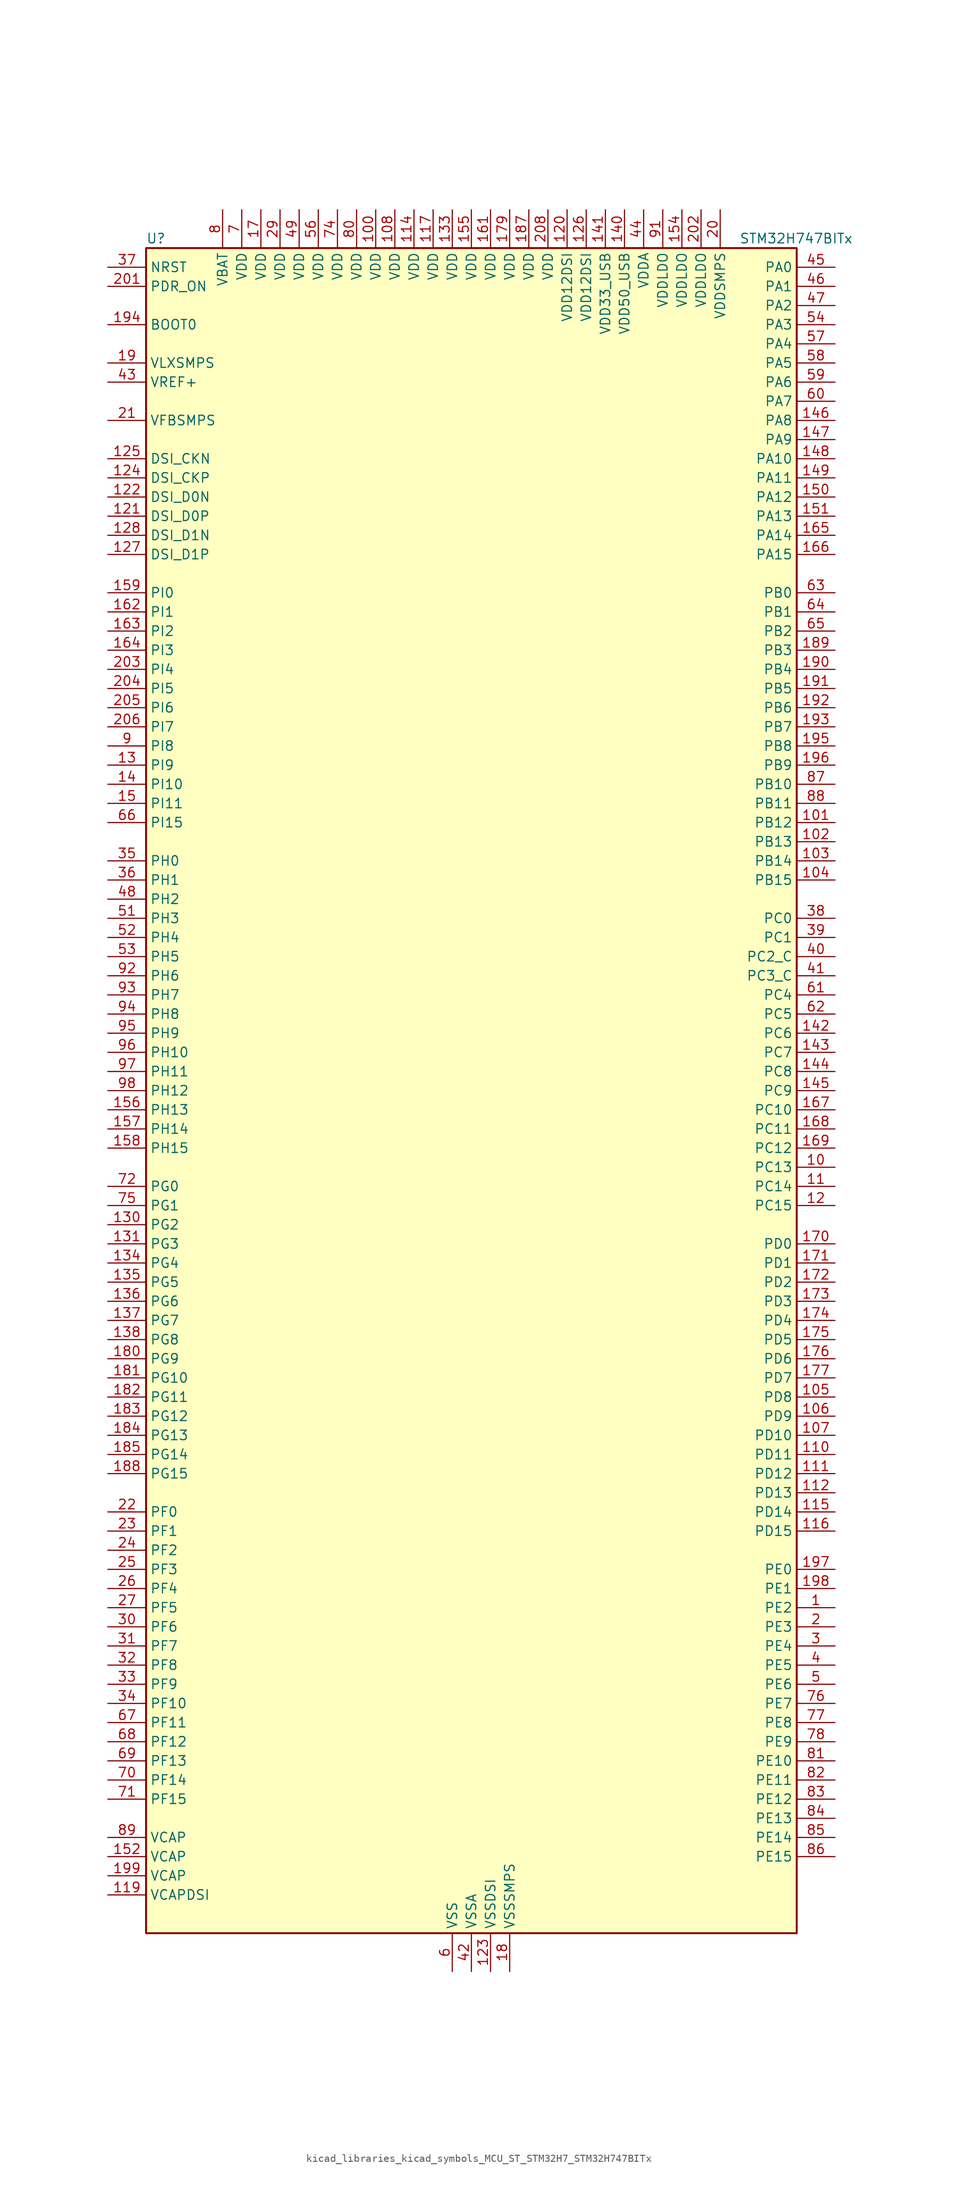
<source format=kicad_sym>
(kicad_symbol_lib
  (version 20220914)
  (generator kicad_symbol_editor)
  (symbol "kicad_libraries_kicad_symbols_MCU_ST_STM32H7_STM32H747BITx"
    (property "Reference" "U"
      (at -43.18 113.03 0)
      (effects (font (size 1.27 1.27)) (justify left)))
    (property "Value" "STM32H747BITx"
      (at 35.56 113.03 0)
      (effects (font (size 1.27 1.27)) (justify left)))
    (property "ki_locked" ""
      (at 0 0 0)
      (effects (font (size 1.27 1.27))))
    (symbol "kicad_libraries_kicad_symbols_MCU_ST_STM32H7_STM32H747BITx_0_1"
      (rectangle (start -43.18 -111.76) (end 43.18 111.76) (stroke (width 0.254) (type default)) (fill (type background))))
    (symbol "kicad_libraries_kicad_symbols_MCU_ST_STM32H7_STM32H747BITx_1_1"
      (pin bidirectional line (at 48.26 -68.58 180) (length 5.08) (name "PE2" (effects (font (size 1.27 1.27)))) (number "1" (effects (font (size 1.27 1.27)))) (alternate "DEBUG_TRACECLK" bidirectional line) (alternate "ETH_TXD3" bidirectional line) (alternate "FMC_A23" bidirectional line) (alternate "QUADSPI_BK1_IO2" bidirectional line) (alternate "SAI1_CK1" bidirectional line) (alternate "SAI1_MCLK_A" bidirectional line) (alternate "SAI4_CK1" bidirectional line) (alternate "SAI4_MCLK_A" bidirectional line) (alternate "SPI4_SCK" bidirectional line))
      (pin bidirectional line (at 48.26 -10.16 180) (length 5.08) (name "PC13" (effects (font (size 1.27 1.27)))) (number "10" (effects (font (size 1.27 1.27)))) (alternate "PWR_WKUP2" bidirectional line) (alternate "RTC_OUT_ALARM" bidirectional line) (alternate "RTC_OUT_CALIB" bidirectional line) (alternate "RTC_TAMP1" bidirectional line) (alternate "RTC_TS" bidirectional line))
      (pin power_in line (at -12.7 116.84 270) (length 5.08) (name "VDD" (effects (font (size 1.27 1.27)))) (number "100" (effects (font (size 1.27 1.27)))))
      (pin bidirectional line (at 48.26 35.56 180) (length 5.08) (name "PB12" (effects (font (size 1.27 1.27)))) (number "101" (effects (font (size 1.27 1.27)))) (alternate "DFSDM1_DATIN1" bidirectional line) (alternate "ETH_TXD0" bidirectional line) (alternate "FDCAN2_RX" bidirectional line) (alternate "I2C2_SMBA" bidirectional line) (alternate "I2S2_WS" bidirectional line) (alternate "SPI2_NSS" bidirectional line) (alternate "TIM1_BKIN" bidirectional line) (alternate "TIM1_BKIN_COMP1" bidirectional line) (alternate "TIM1_BKIN_COMP2" bidirectional line) (alternate "UART5_RX" bidirectional line) (alternate "USART3_CK" bidirectional line) (alternate "USB_OTG_HS_ID" bidirectional line) (alternate "USB_OTG_HS_ULPI_D5" bidirectional line))
      (pin bidirectional line (at 48.26 33.02 180) (length 5.08) (name "PB13" (effects (font (size 1.27 1.27)))) (number "102" (effects (font (size 1.27 1.27)))) (alternate "DFSDM1_CKIN1" bidirectional line) (alternate "ETH_TXD1" bidirectional line) (alternate "FDCAN2_TX" bidirectional line) (alternate "I2S2_CK" bidirectional line) (alternate "LPTIM2_OUT" bidirectional line) (alternate "SPI2_SCK" bidirectional line) (alternate "TIM1_CH1N" bidirectional line) (alternate "UART5_TX" bidirectional line) (alternate "USART3_CTS" bidirectional line) (alternate "USART3_NSS" bidirectional line) (alternate "USB_OTG_HS_ULPI_D6" bidirectional line) (alternate "USB_OTG_HS_VBUS" bidirectional line))
      (pin bidirectional line (at 48.26 30.48 180) (length 5.08) (name "PB14" (effects (font (size 1.27 1.27)))) (number "103" (effects (font (size 1.27 1.27)))) (alternate "DFSDM1_DATIN2" bidirectional line) (alternate "I2S2_SDI" bidirectional line) (alternate "SDMMC2_D0" bidirectional line) (alternate "SPI2_MISO" bidirectional line) (alternate "TIM12_CH1" bidirectional line) (alternate "TIM1_CH2N" bidirectional line) (alternate "TIM8_CH2N" bidirectional line) (alternate "UART4_DE" bidirectional line) (alternate "UART4_RTS" bidirectional line) (alternate "USART1_TX" bidirectional line) (alternate "USART3_DE" bidirectional line) (alternate "USART3_RTS" bidirectional line) (alternate "USB_OTG_HS_DM" bidirectional line))
      (pin bidirectional line (at 48.26 27.94 180) (length 5.08) (name "PB15" (effects (font (size 1.27 1.27)))) (number "104" (effects (font (size 1.27 1.27)))) (alternate "ADC1_EXTI15" bidirectional line) (alternate "ADC2_EXTI15" bidirectional line) (alternate "ADC3_EXTI15" bidirectional line) (alternate "DFSDM1_CKIN2" bidirectional line) (alternate "I2S2_SDO" bidirectional line) (alternate "RTC_REFIN" bidirectional line) (alternate "SDMMC2_D1" bidirectional line) (alternate "SPI2_MOSI" bidirectional line) (alternate "TIM12_CH2" bidirectional line) (alternate "TIM1_CH3N" bidirectional line) (alternate "TIM8_CH3N" bidirectional line) (alternate "UART4_CTS" bidirectional line) (alternate "USART1_RX" bidirectional line) (alternate "USB_OTG_HS_DP" bidirectional line))
      (pin bidirectional line (at 48.26 -40.64 180) (length 5.08) (name "PD8" (effects (font (size 1.27 1.27)))) (number "105" (effects (font (size 1.27 1.27)))) (alternate "DFSDM1_CKIN3" bidirectional line) (alternate "FMC_D13" bidirectional line) (alternate "FMC_DA13" bidirectional line) (alternate "SAI3_SCK_B" bidirectional line) (alternate "SPDIFRX1_IN1" bidirectional line) (alternate "USART3_TX" bidirectional line))
      (pin bidirectional line (at 48.26 -43.18 180) (length 5.08) (name "PD9" (effects (font (size 1.27 1.27)))) (number "106" (effects (font (size 1.27 1.27)))) (alternate "DAC1_EXTI9" bidirectional line) (alternate "DFSDM1_DATIN3" bidirectional line) (alternate "FMC_D14" bidirectional line) (alternate "FMC_DA14" bidirectional line) (alternate "SAI3_SD_B" bidirectional line) (alternate "USART3_RX" bidirectional line))
      (pin bidirectional line (at 48.26 -45.72 180) (length 5.08) (name "PD10" (effects (font (size 1.27 1.27)))) (number "107" (effects (font (size 1.27 1.27)))) (alternate "DFSDM1_CKOUT" bidirectional line) (alternate "FMC_D15" bidirectional line) (alternate "FMC_DA15" bidirectional line) (alternate "LTDC_B3" bidirectional line) (alternate "SAI3_FS_B" bidirectional line) (alternate "USART3_CK" bidirectional line))
      (pin power_in line (at -10.16 116.84 270) (length 5.08) (name "VDD" (effects (font (size 1.27 1.27)))) (number "108" (effects (font (size 1.27 1.27)))))
      (pin passive line (at -2.54 -116.84 90) (length 5.08) hide (name "VSS" (effects (font (size 1.27 1.27)))) (number "109" (effects (font (size 1.27 1.27)))))
      (pin bidirectional line (at 48.26 -12.7 180) (length 5.08) (name "PC14" (effects (font (size 1.27 1.27)))) (number "11" (effects (font (size 1.27 1.27)))) (alternate "RCC_OSC32_IN" bidirectional line))
      (pin bidirectional line (at 48.26 -48.26 180) (length 5.08) (name "PD11" (effects (font (size 1.27 1.27)))) (number "110" (effects (font (size 1.27 1.27)))) (alternate "ADC1_EXTI11" bidirectional line) (alternate "ADC2_EXTI11" bidirectional line) (alternate "ADC3_EXTI11" bidirectional line) (alternate "FMC_A16" bidirectional line) (alternate "FMC_CLE" bidirectional line) (alternate "I2C4_SMBA" bidirectional line) (alternate "LPTIM2_IN2" bidirectional line) (alternate "QUADSPI_BK1_IO0" bidirectional line) (alternate "SAI2_SD_A" bidirectional line) (alternate "USART3_CTS" bidirectional line) (alternate "USART3_NSS" bidirectional line))
      (pin bidirectional line (at 48.26 -50.8 180) (length 5.08) (name "PD12" (effects (font (size 1.27 1.27)))) (number "111" (effects (font (size 1.27 1.27)))) (alternate "FMC_A17" bidirectional line) (alternate "FMC_ALE" bidirectional line) (alternate "I2C4_SCL" bidirectional line) (alternate "LPTIM1_IN1" bidirectional line) (alternate "LPTIM2_IN1" bidirectional line) (alternate "QUADSPI_BK1_IO1" bidirectional line) (alternate "SAI2_FS_A" bidirectional line) (alternate "TIM4_CH1" bidirectional line) (alternate "USART3_DE" bidirectional line) (alternate "USART3_RTS" bidirectional line))
      (pin bidirectional line (at 48.26 -53.34 180) (length 5.08) (name "PD13" (effects (font (size 1.27 1.27)))) (number "112" (effects (font (size 1.27 1.27)))) (alternate "FMC_A18" bidirectional line) (alternate "I2C4_SDA" bidirectional line) (alternate "LPTIM1_OUT" bidirectional line) (alternate "QUADSPI_BK1_IO3" bidirectional line) (alternate "SAI2_SCK_A" bidirectional line) (alternate "TIM4_CH2" bidirectional line))
      (pin passive line (at -2.54 -116.84 90) (length 5.08) hide (name "VSS" (effects (font (size 1.27 1.27)))) (number "113" (effects (font (size 1.27 1.27)))))
      (pin power_in line (at -7.62 116.84 270) (length 5.08) (name "VDD" (effects (font (size 1.27 1.27)))) (number "114" (effects (font (size 1.27 1.27)))))
      (pin bidirectional line (at 48.26 -55.88 180) (length 5.08) (name "PD14" (effects (font (size 1.27 1.27)))) (number "115" (effects (font (size 1.27 1.27)))) (alternate "FMC_D0" bidirectional line) (alternate "FMC_DA0" bidirectional line) (alternate "SAI3_MCLK_B" bidirectional line) (alternate "TIM4_CH3" bidirectional line) (alternate "UART8_CTS" bidirectional line))
      (pin bidirectional line (at 48.26 -58.42 180) (length 5.08) (name "PD15" (effects (font (size 1.27 1.27)))) (number "116" (effects (font (size 1.27 1.27)))) (alternate "ADC1_EXTI15" bidirectional line) (alternate "ADC2_EXTI15" bidirectional line) (alternate "ADC3_EXTI15" bidirectional line) (alternate "FMC_D1" bidirectional line) (alternate "FMC_DA1" bidirectional line) (alternate "SAI3_MCLK_A" bidirectional line) (alternate "TIM4_CH4" bidirectional line) (alternate "UART8_DE" bidirectional line) (alternate "UART8_RTS" bidirectional line))
      (pin power_in line (at -5.08 116.84 270) (length 5.08) (name "VDD" (effects (font (size 1.27 1.27)))) (number "117" (effects (font (size 1.27 1.27)))))
      (pin passive line (at -2.54 -116.84 90) (length 5.08) hide (name "VSS" (effects (font (size 1.27 1.27)))) (number "118" (effects (font (size 1.27 1.27)))))
      (pin power_out line (at -48.26 -106.68 0) (length 5.08) (name "VCAPDSI" (effects (font (size 1.27 1.27)))) (number "119" (effects (font (size 1.27 1.27)))))
      (pin bidirectional line (at 48.26 -15.24 180) (length 5.08) (name "PC15" (effects (font (size 1.27 1.27)))) (number "12" (effects (font (size 1.27 1.27)))) (alternate "ADC1_EXTI15" bidirectional line) (alternate "ADC2_EXTI15" bidirectional line) (alternate "ADC3_EXTI15" bidirectional line) (alternate "RCC_OSC32_OUT" bidirectional line))
      (pin power_in line (at 12.7 116.84 270) (length 5.08) (name "VDD12DSI" (effects (font (size 1.27 1.27)))) (number "120" (effects (font (size 1.27 1.27)))))
      (pin bidirectional line (at -48.26 76.2 0) (length 5.08) (name "DSI_D0P" (effects (font (size 1.27 1.27)))) (number "121" (effects (font (size 1.27 1.27)))) (alternate "DSIHOST_D0P" bidirectional line))
      (pin bidirectional line (at -48.26 78.74 0) (length 5.08) (name "DSI_D0N" (effects (font (size 1.27 1.27)))) (number "122" (effects (font (size 1.27 1.27)))) (alternate "DSIHOST_D0N" bidirectional line))
      (pin power_in line (at 2.54 -116.84 90) (length 5.08) (name "VSSDSI" (effects (font (size 1.27 1.27)))) (number "123" (effects (font (size 1.27 1.27)))))
      (pin bidirectional line (at -48.26 81.28 0) (length 5.08) (name "DSI_CKP" (effects (font (size 1.27 1.27)))) (number "124" (effects (font (size 1.27 1.27)))) (alternate "DSIHOST_CKP" bidirectional line))
      (pin bidirectional line (at -48.26 83.82 0) (length 5.08) (name "DSI_CKN" (effects (font (size 1.27 1.27)))) (number "125" (effects (font (size 1.27 1.27)))) (alternate "DSIHOST_CKN" bidirectional line))
      (pin power_in line (at 15.24 116.84 270) (length 5.08) (name "VDD12DSI" (effects (font (size 1.27 1.27)))) (number "126" (effects (font (size 1.27 1.27)))))
      (pin bidirectional line (at -48.26 71.12 0) (length 5.08) (name "DSI_D1P" (effects (font (size 1.27 1.27)))) (number "127" (effects (font (size 1.27 1.27)))) (alternate "DSIHOST_D1P" bidirectional line))
      (pin bidirectional line (at -48.26 73.66 0) (length 5.08) (name "DSI_D1N" (effects (font (size 1.27 1.27)))) (number "128" (effects (font (size 1.27 1.27)))) (alternate "DSIHOST_D1N" bidirectional line))
      (pin passive line (at 2.54 -116.84 90) (length 5.08) hide (name "VSSDSI" (effects (font (size 1.27 1.27)))) (number "129" (effects (font (size 1.27 1.27)))))
      (pin bidirectional line (at -48.26 43.18 0) (length 5.08) (name "PI9" (effects (font (size 1.27 1.27)))) (number "13" (effects (font (size 1.27 1.27)))) (alternate "DAC1_EXTI9" bidirectional line) (alternate "FDCAN1_RX" bidirectional line) (alternate "FMC_D30" bidirectional line) (alternate "LTDC_VSYNC" bidirectional line) (alternate "UART4_RX" bidirectional line))
      (pin bidirectional line (at -48.26 -17.78 0) (length 5.08) (name "PG2" (effects (font (size 1.27 1.27)))) (number "130" (effects (font (size 1.27 1.27)))) (alternate "FMC_A12" bidirectional line) (alternate "TIM8_BKIN" bidirectional line) (alternate "TIM8_BKIN_COMP1" bidirectional line) (alternate "TIM8_BKIN_COMP2" bidirectional line))
      (pin bidirectional line (at -48.26 -20.32 0) (length 5.08) (name "PG3" (effects (font (size 1.27 1.27)))) (number "131" (effects (font (size 1.27 1.27)))) (alternate "FMC_A13" bidirectional line) (alternate "TIM8_BKIN2" bidirectional line) (alternate "TIM8_BKIN2_COMP1" bidirectional line) (alternate "TIM8_BKIN2_COMP2" bidirectional line))
      (pin passive line (at -2.54 -116.84 90) (length 5.08) hide (name "VSS" (effects (font (size 1.27 1.27)))) (number "132" (effects (font (size 1.27 1.27)))))
      (pin power_in line (at -2.54 116.84 270) (length 5.08) (name "VDD" (effects (font (size 1.27 1.27)))) (number "133" (effects (font (size 1.27 1.27)))))
      (pin bidirectional line (at -48.26 -22.86 0) (length 5.08) (name "PG4" (effects (font (size 1.27 1.27)))) (number "134" (effects (font (size 1.27 1.27)))) (alternate "FMC_A14" bidirectional line) (alternate "FMC_BA0" bidirectional line) (alternate "TIM1_BKIN2" bidirectional line) (alternate "TIM1_BKIN2_COMP1" bidirectional line) (alternate "TIM1_BKIN2_COMP2" bidirectional line))
      (pin bidirectional line (at -48.26 -25.4 0) (length 5.08) (name "PG5" (effects (font (size 1.27 1.27)))) (number "135" (effects (font (size 1.27 1.27)))) (alternate "FMC_A15" bidirectional line) (alternate "FMC_BA1" bidirectional line) (alternate "TIM1_ETR" bidirectional line))
      (pin bidirectional line (at -48.26 -27.94 0) (length 5.08) (name "PG6" (effects (font (size 1.27 1.27)))) (number "136" (effects (font (size 1.27 1.27)))) (alternate "DCMI_D12" bidirectional line) (alternate "FMC_NE3" bidirectional line) (alternate "HRTIM_CHE1" bidirectional line) (alternate "LTDC_R7" bidirectional line) (alternate "QUADSPI_BK1_NCS" bidirectional line) (alternate "TIM17_BKIN" bidirectional line))
      (pin bidirectional line (at -48.26 -30.48 0) (length 5.08) (name "PG7" (effects (font (size 1.27 1.27)))) (number "137" (effects (font (size 1.27 1.27)))) (alternate "DCMI_D13" bidirectional line) (alternate "FMC_INT" bidirectional line) (alternate "HRTIM_CHE2" bidirectional line) (alternate "LTDC_CLK" bidirectional line) (alternate "SAI1_MCLK_A" bidirectional line) (alternate "USART6_CK" bidirectional line))
      (pin bidirectional line (at -48.26 -33.02 0) (length 5.08) (name "PG8" (effects (font (size 1.27 1.27)))) (number "138" (effects (font (size 1.27 1.27)))) (alternate "ETH_PPS_OUT" bidirectional line) (alternate "FMC_SDCLK" bidirectional line) (alternate "LTDC_G7" bidirectional line) (alternate "SPDIFRX1_IN2" bidirectional line) (alternate "SPI6_NSS" bidirectional line) (alternate "TIM8_ETR" bidirectional line) (alternate "USART6_DE" bidirectional line) (alternate "USART6_RTS" bidirectional line))
      (pin passive line (at -2.54 -116.84 90) (length 5.08) hide (name "VSS" (effects (font (size 1.27 1.27)))) (number "139" (effects (font (size 1.27 1.27)))))
      (pin bidirectional line (at -48.26 40.64 0) (length 5.08) (name "PI10" (effects (font (size 1.27 1.27)))) (number "14" (effects (font (size 1.27 1.27)))) (alternate "ETH_RX_ER" bidirectional line) (alternate "FMC_D31" bidirectional line) (alternate "LTDC_HSYNC" bidirectional line))
      (pin power_in line (at 20.32 116.84 270) (length 5.08) (name "VDD50_USB" (effects (font (size 1.27 1.27)))) (number "140" (effects (font (size 1.27 1.27)))))
      (pin power_in line (at 17.78 116.84 270) (length 5.08) (name "VDD33_USB" (effects (font (size 1.27 1.27)))) (number "141" (effects (font (size 1.27 1.27)))))
      (pin bidirectional line (at 48.26 7.62 180) (length 5.08) (name "PC6" (effects (font (size 1.27 1.27)))) (number "142" (effects (font (size 1.27 1.27)))) (alternate "DCMI_D0" bidirectional line) (alternate "DFSDM1_CKIN3" bidirectional line) (alternate "FMC_NWAIT" bidirectional line) (alternate "HRTIM_CHA1" bidirectional line) (alternate "I2S2_MCK" bidirectional line) (alternate "LTDC_HSYNC" bidirectional line) (alternate "SDMMC1_D0DIR" bidirectional line) (alternate "SDMMC1_D6" bidirectional line) (alternate "SDMMC2_D6" bidirectional line) (alternate "SWPMI1_IO" bidirectional line) (alternate "TIM3_CH1" bidirectional line) (alternate "TIM8_CH1" bidirectional line) (alternate "USART6_TX" bidirectional line))
      (pin bidirectional line (at 48.26 5.08 180) (length 5.08) (name "PC7" (effects (font (size 1.27 1.27)))) (number "143" (effects (font (size 1.27 1.27)))) (alternate "DCMI_D1" bidirectional line) (alternate "DEBUG_TRGIO" bidirectional line) (alternate "DFSDM1_DATIN3" bidirectional line) (alternate "FMC_NE1" bidirectional line) (alternate "HRTIM_CHA2" bidirectional line) (alternate "I2S3_MCK" bidirectional line) (alternate "LTDC_G6" bidirectional line) (alternate "SDMMC1_D123DIR" bidirectional line) (alternate "SDMMC1_D7" bidirectional line) (alternate "SDMMC2_D7" bidirectional line) (alternate "SWPMI1_TX" bidirectional line) (alternate "TIM3_CH2" bidirectional line) (alternate "TIM8_CH2" bidirectional line) (alternate "USART6_RX" bidirectional line))
      (pin bidirectional line (at 48.26 2.54 180) (length 5.08) (name "PC8" (effects (font (size 1.27 1.27)))) (number "144" (effects (font (size 1.27 1.27)))) (alternate "DCMI_D2" bidirectional line) (alternate "DEBUG_TRACED1" bidirectional line) (alternate "FMC_NCE" bidirectional line) (alternate "FMC_NE2" bidirectional line) (alternate "HRTIM_CHB1" bidirectional line) (alternate "SDMMC1_D0" bidirectional line) (alternate "SWPMI1_RX" bidirectional line) (alternate "TIM3_CH3" bidirectional line) (alternate "TIM8_CH3" bidirectional line) (alternate "UART5_DE" bidirectional line) (alternate "UART5_RTS" bidirectional line) (alternate "USART6_CK" bidirectional line))
      (pin bidirectional line (at 48.26 0 180) (length 5.08) (name "PC9" (effects (font (size 1.27 1.27)))) (number "145" (effects (font (size 1.27 1.27)))) (alternate "DAC1_EXTI9" bidirectional line) (alternate "DCMI_D3" bidirectional line) (alternate "I2C3_SDA" bidirectional line) (alternate "I2S_CKIN" bidirectional line) (alternate "LTDC_B2" bidirectional line) (alternate "LTDC_G3" bidirectional line) (alternate "QUADSPI_BK1_IO0" bidirectional line) (alternate "RCC_MCO_2" bidirectional line) (alternate "SDMMC1_D1" bidirectional line) (alternate "SWPMI1_SUSPEND" bidirectional line) (alternate "TIM3_CH4" bidirectional line) (alternate "TIM8_CH4" bidirectional line) (alternate "UART5_CTS" bidirectional line))
      (pin bidirectional line (at 48.26 88.9 180) (length 5.08) (name "PA8" (effects (font (size 1.27 1.27)))) (number "146" (effects (font (size 1.27 1.27)))) (alternate "HRTIM_CHB2" bidirectional line) (alternate "I2C3_SCL" bidirectional line) (alternate "LTDC_B3" bidirectional line) (alternate "LTDC_R6" bidirectional line) (alternate "RCC_MCO_1" bidirectional line) (alternate "TIM1_CH1" bidirectional line) (alternate "TIM8_BKIN2" bidirectional line) (alternate "TIM8_BKIN2_COMP1" bidirectional line) (alternate "TIM8_BKIN2_COMP2" bidirectional line) (alternate "UART7_RX" bidirectional line) (alternate "USART1_CK" bidirectional line) (alternate "USB_OTG_FS_SOF" bidirectional line))
      (pin bidirectional line (at 48.26 86.36 180) (length 5.08) (name "PA9" (effects (font (size 1.27 1.27)))) (number "147" (effects (font (size 1.27 1.27)))) (alternate "DAC1_EXTI9" bidirectional line) (alternate "DCMI_D0" bidirectional line) (alternate "HRTIM_CHC1" bidirectional line) (alternate "I2C3_SMBA" bidirectional line) (alternate "I2S2_CK" bidirectional line) (alternate "LPUART1_TX" bidirectional line) (alternate "LTDC_R5" bidirectional line) (alternate "SPI2_SCK" bidirectional line) (alternate "TIM1_CH2" bidirectional line) (alternate "USART1_TX" bidirectional line) (alternate "USB_OTG_FS_VBUS" bidirectional line))
      (pin bidirectional line (at 48.26 83.82 180) (length 5.08) (name "PA10" (effects (font (size 1.27 1.27)))) (number "148" (effects (font (size 1.27 1.27)))) (alternate "DCMI_D1" bidirectional line) (alternate "HRTIM_CHC2" bidirectional line) (alternate "LPUART1_RX" bidirectional line) (alternate "LTDC_B1" bidirectional line) (alternate "LTDC_B4" bidirectional line) (alternate "MDIOS_MDIO" bidirectional line) (alternate "TIM1_CH3" bidirectional line) (alternate "USART1_RX" bidirectional line) (alternate "USB_OTG_FS_ID" bidirectional line))
      (pin bidirectional line (at 48.26 81.28 180) (length 5.08) (name "PA11" (effects (font (size 1.27 1.27)))) (number "149" (effects (font (size 1.27 1.27)))) (alternate "ADC1_EXTI11" bidirectional line) (alternate "ADC2_EXTI11" bidirectional line) (alternate "ADC3_EXTI11" bidirectional line) (alternate "FDCAN1_RX" bidirectional line) (alternate "HRTIM_CHD1" bidirectional line) (alternate "I2S2_WS" bidirectional line) (alternate "LPUART1_CTS" bidirectional line) (alternate "LTDC_R4" bidirectional line) (alternate "SPI2_NSS" bidirectional line) (alternate "TIM1_CH4" bidirectional line) (alternate "UART4_RX" bidirectional line) (alternate "USART1_CTS" bidirectional line) (alternate "USART1_NSS" bidirectional line) (alternate "USB_OTG_FS_DM" bidirectional line))
      (pin bidirectional line (at -48.26 38.1 0) (length 5.08) (name "PI11" (effects (font (size 1.27 1.27)))) (number "15" (effects (font (size 1.27 1.27)))) (alternate "ADC1_EXTI11" bidirectional line) (alternate "ADC2_EXTI11" bidirectional line) (alternate "ADC3_EXTI11" bidirectional line) (alternate "LTDC_G6" bidirectional line) (alternate "PWR_WKUP4" bidirectional line) (alternate "USB_OTG_HS_ULPI_DIR" bidirectional line))
      (pin bidirectional line (at 48.26 78.74 180) (length 5.08) (name "PA12" (effects (font (size 1.27 1.27)))) (number "150" (effects (font (size 1.27 1.27)))) (alternate "FDCAN1_TX" bidirectional line) (alternate "HRTIM_CHD2" bidirectional line) (alternate "I2S2_CK" bidirectional line) (alternate "LPUART1_DE" bidirectional line) (alternate "LPUART1_RTS" bidirectional line) (alternate "LTDC_R5" bidirectional line) (alternate "SAI2_FS_B" bidirectional line) (alternate "SPI2_SCK" bidirectional line) (alternate "TIM1_ETR" bidirectional line) (alternate "UART4_TX" bidirectional line) (alternate "USART1_DE" bidirectional line) (alternate "USART1_RTS" bidirectional line) (alternate "USB_OTG_FS_DP" bidirectional line))
      (pin bidirectional line (at 48.26 76.2 180) (length 5.08) (name "PA13" (effects (font (size 1.27 1.27)))) (number "151" (effects (font (size 1.27 1.27)))) (alternate "DEBUG_JTMS-SWDIO" bidirectional line))
      (pin power_out line (at -48.26 -101.6 0) (length 5.08) (name "VCAP" (effects (font (size 1.27 1.27)))) (number "152" (effects (font (size 1.27 1.27)))))
      (pin passive line (at -2.54 -116.84 90) (length 5.08) hide (name "VSS" (effects (font (size 1.27 1.27)))) (number "153" (effects (font (size 1.27 1.27)))))
      (pin power_in line (at 27.94 116.84 270) (length 5.08) (name "VDDLDO" (effects (font (size 1.27 1.27)))) (number "154" (effects (font (size 1.27 1.27)))))
      (pin power_in line (at 0 116.84 270) (length 5.08) (name "VDD" (effects (font (size 1.27 1.27)))) (number "155" (effects (font (size 1.27 1.27)))))
      (pin bidirectional line (at -48.26 -2.54 0) (length 5.08) (name "PH13" (effects (font (size 1.27 1.27)))) (number "156" (effects (font (size 1.27 1.27)))) (alternate "FDCAN1_TX" bidirectional line) (alternate "FMC_D21" bidirectional line) (alternate "LTDC_G2" bidirectional line) (alternate "TIM8_CH1N" bidirectional line) (alternate "UART4_TX" bidirectional line))
      (pin bidirectional line (at -48.26 -5.08 0) (length 5.08) (name "PH14" (effects (font (size 1.27 1.27)))) (number "157" (effects (font (size 1.27 1.27)))) (alternate "DCMI_D4" bidirectional line) (alternate "FDCAN1_RX" bidirectional line) (alternate "FMC_D22" bidirectional line) (alternate "LTDC_G3" bidirectional line) (alternate "TIM8_CH2N" bidirectional line) (alternate "UART4_RX" bidirectional line))
      (pin bidirectional line (at -48.26 -7.62 0) (length 5.08) (name "PH15" (effects (font (size 1.27 1.27)))) (number "158" (effects (font (size 1.27 1.27)))) (alternate "ADC1_EXTI15" bidirectional line) (alternate "ADC2_EXTI15" bidirectional line) (alternate "ADC3_EXTI15" bidirectional line) (alternate "DCMI_D11" bidirectional line) (alternate "FMC_D23" bidirectional line) (alternate "LTDC_G4" bidirectional line) (alternate "TIM8_CH3N" bidirectional line))
      (pin bidirectional line (at -48.26 66.04 0) (length 5.08) (name "PI0" (effects (font (size 1.27 1.27)))) (number "159" (effects (font (size 1.27 1.27)))) (alternate "DCMI_D13" bidirectional line) (alternate "FMC_D24" bidirectional line) (alternate "I2S2_WS" bidirectional line) (alternate "LTDC_G5" bidirectional line) (alternate "SPI2_NSS" bidirectional line) (alternate "TIM5_CH4" bidirectional line))
      (pin passive line (at -2.54 -116.84 90) (length 5.08) hide (name "VSS" (effects (font (size 1.27 1.27)))) (number "16" (effects (font (size 1.27 1.27)))))
      (pin passive line (at -2.54 -116.84 90) (length 5.08) hide (name "VSS" (effects (font (size 1.27 1.27)))) (number "160" (effects (font (size 1.27 1.27)))))
      (pin power_in line (at 2.54 116.84 270) (length 5.08) (name "VDD" (effects (font (size 1.27 1.27)))) (number "161" (effects (font (size 1.27 1.27)))))
      (pin bidirectional line (at -48.26 63.5 0) (length 5.08) (name "PI1" (effects (font (size 1.27 1.27)))) (number "162" (effects (font (size 1.27 1.27)))) (alternate "DCMI_D8" bidirectional line) (alternate "FMC_D25" bidirectional line) (alternate "I2S2_CK" bidirectional line) (alternate "LTDC_G6" bidirectional line) (alternate "SPI2_SCK" bidirectional line) (alternate "TIM8_BKIN2" bidirectional line) (alternate "TIM8_BKIN2_COMP1" bidirectional line) (alternate "TIM8_BKIN2_COMP2" bidirectional line))
      (pin bidirectional line (at -48.26 60.96 0) (length 5.08) (name "PI2" (effects (font (size 1.27 1.27)))) (number "163" (effects (font (size 1.27 1.27)))) (alternate "DCMI_D9" bidirectional line) (alternate "FMC_D26" bidirectional line) (alternate "I2S2_SDI" bidirectional line) (alternate "LTDC_G7" bidirectional line) (alternate "SPI2_MISO" bidirectional line) (alternate "TIM8_CH4" bidirectional line))
      (pin bidirectional line (at -48.26 58.42 0) (length 5.08) (name "PI3" (effects (font (size 1.27 1.27)))) (number "164" (effects (font (size 1.27 1.27)))) (alternate "DCMI_D10" bidirectional line) (alternate "FMC_D27" bidirectional line) (alternate "I2S2_SDO" bidirectional line) (alternate "SPI2_MOSI" bidirectional line) (alternate "TIM8_ETR" bidirectional line))
      (pin bidirectional line (at 48.26 73.66 180) (length 5.08) (name "PA14" (effects (font (size 1.27 1.27)))) (number "165" (effects (font (size 1.27 1.27)))) (alternate "DEBUG_JTCK-SWCLK" bidirectional line))
      (pin bidirectional line (at 48.26 71.12 180) (length 5.08) (name "PA15" (effects (font (size 1.27 1.27)))) (number "166" (effects (font (size 1.27 1.27)))) (alternate "ADC1_EXTI15" bidirectional line) (alternate "ADC2_EXTI15" bidirectional line) (alternate "ADC3_EXTI15" bidirectional line) (alternate "CEC" bidirectional line) (alternate "DEBUG_JTDI" bidirectional line) (alternate "DSIHOST_TE" bidirectional line) (alternate "HRTIM_FLT1" bidirectional line) (alternate "I2S1_WS" bidirectional line) (alternate "I2S3_WS" bidirectional line) (alternate "SPI1_NSS" bidirectional line) (alternate "SPI3_NSS" bidirectional line) (alternate "SPI6_NSS" bidirectional line) (alternate "TIM2_CH1" bidirectional line) (alternate "TIM2_ETR" bidirectional line) (alternate "UART4_DE" bidirectional line) (alternate "UART4_RTS" bidirectional line) (alternate "UART7_TX" bidirectional line))
      (pin bidirectional line (at 48.26 -2.54 180) (length 5.08) (name "PC10" (effects (font (size 1.27 1.27)))) (number "167" (effects (font (size 1.27 1.27)))) (alternate "DCMI_D8" bidirectional line) (alternate "DFSDM1_CKIN5" bidirectional line) (alternate "HRTIM_EEV1" bidirectional line) (alternate "I2S3_CK" bidirectional line) (alternate "LTDC_R2" bidirectional line) (alternate "QUADSPI_BK1_IO1" bidirectional line) (alternate "SDMMC1_D2" bidirectional line) (alternate "SPI3_SCK" bidirectional line) (alternate "UART4_TX" bidirectional line) (alternate "USART3_TX" bidirectional line))
      (pin bidirectional line (at 48.26 -5.08 180) (length 5.08) (name "PC11" (effects (font (size 1.27 1.27)))) (number "168" (effects (font (size 1.27 1.27)))) (alternate "ADC1_EXTI11" bidirectional line) (alternate "ADC2_EXTI11" bidirectional line) (alternate "ADC3_EXTI11" bidirectional line) (alternate "DCMI_D4" bidirectional line) (alternate "DFSDM1_DATIN5" bidirectional line) (alternate "HRTIM_FLT2" bidirectional line) (alternate "I2S3_SDI" bidirectional line) (alternate "QUADSPI_BK2_NCS" bidirectional line) (alternate "SDMMC1_D3" bidirectional line) (alternate "SPI3_MISO" bidirectional line) (alternate "UART4_RX" bidirectional line) (alternate "USART3_RX" bidirectional line))
      (pin bidirectional line (at 48.26 -7.62 180) (length 5.08) (name "PC12" (effects (font (size 1.27 1.27)))) (number "169" (effects (font (size 1.27 1.27)))) (alternate "DCMI_D9" bidirectional line) (alternate "DEBUG_TRACED3" bidirectional line) (alternate "HRTIM_EEV2" bidirectional line) (alternate "I2S3_SDO" bidirectional line) (alternate "SDMMC1_CK" bidirectional line) (alternate "SPI3_MOSI" bidirectional line) (alternate "UART5_TX" bidirectional line) (alternate "USART3_CK" bidirectional line))
      (pin power_in line (at -27.94 116.84 270) (length 5.08) (name "VDD" (effects (font (size 1.27 1.27)))) (number "17" (effects (font (size 1.27 1.27)))))
      (pin bidirectional line (at 48.26 -20.32 180) (length 5.08) (name "PD0" (effects (font (size 1.27 1.27)))) (number "170" (effects (font (size 1.27 1.27)))) (alternate "DFSDM1_CKIN6" bidirectional line) (alternate "FDCAN1_RX" bidirectional line) (alternate "FMC_D2" bidirectional line) (alternate "FMC_DA2" bidirectional line) (alternate "SAI3_SCK_A" bidirectional line) (alternate "UART4_RX" bidirectional line))
      (pin bidirectional line (at 48.26 -22.86 180) (length 5.08) (name "PD1" (effects (font (size 1.27 1.27)))) (number "171" (effects (font (size 1.27 1.27)))) (alternate "DFSDM1_DATIN6" bidirectional line) (alternate "FDCAN1_TX" bidirectional line) (alternate "FMC_D3" bidirectional line) (alternate "FMC_DA3" bidirectional line) (alternate "SAI3_SD_A" bidirectional line) (alternate "UART4_TX" bidirectional line))
      (pin bidirectional line (at 48.26 -25.4 180) (length 5.08) (name "PD2" (effects (font (size 1.27 1.27)))) (number "172" (effects (font (size 1.27 1.27)))) (alternate "DCMI_D11" bidirectional line) (alternate "DEBUG_TRACED2" bidirectional line) (alternate "SDMMC1_CMD" bidirectional line) (alternate "TIM3_ETR" bidirectional line) (alternate "UART5_RX" bidirectional line))
      (pin bidirectional line (at 48.26 -27.94 180) (length 5.08) (name "PD3" (effects (font (size 1.27 1.27)))) (number "173" (effects (font (size 1.27 1.27)))) (alternate "DCMI_D5" bidirectional line) (alternate "DFSDM1_CKOUT" bidirectional line) (alternate "FMC_CLK" bidirectional line) (alternate "I2S2_CK" bidirectional line) (alternate "LTDC_G7" bidirectional line) (alternate "SPI2_SCK" bidirectional line) (alternate "USART2_CTS" bidirectional line) (alternate "USART2_NSS" bidirectional line))
      (pin bidirectional line (at 48.26 -30.48 180) (length 5.08) (name "PD4" (effects (font (size 1.27 1.27)))) (number "174" (effects (font (size 1.27 1.27)))) (alternate "FMC_NOE" bidirectional line) (alternate "HRTIM_FLT3" bidirectional line) (alternate "SAI3_FS_A" bidirectional line) (alternate "USART2_DE" bidirectional line) (alternate "USART2_RTS" bidirectional line))
      (pin bidirectional line (at 48.26 -33.02 180) (length 5.08) (name "PD5" (effects (font (size 1.27 1.27)))) (number "175" (effects (font (size 1.27 1.27)))) (alternate "FMC_NWE" bidirectional line) (alternate "HRTIM_EEV3" bidirectional line) (alternate "USART2_TX" bidirectional line))
      (pin bidirectional line (at 48.26 -35.56 180) (length 5.08) (name "PD6" (effects (font (size 1.27 1.27)))) (number "176" (effects (font (size 1.27 1.27)))) (alternate "DCMI_D10" bidirectional line) (alternate "DFSDM1_CKIN4" bidirectional line) (alternate "DFSDM1_DATIN1" bidirectional line) (alternate "FMC_NWAIT" bidirectional line) (alternate "I2S3_SDO" bidirectional line) (alternate "LTDC_B2" bidirectional line) (alternate "SAI1_D1" bidirectional line) (alternate "SAI1_SD_A" bidirectional line) (alternate "SAI4_D1" bidirectional line) (alternate "SAI4_SD_A" bidirectional line) (alternate "SDMMC2_CK" bidirectional line) (alternate "SPI3_MOSI" bidirectional line) (alternate "USART2_RX" bidirectional line))
      (pin bidirectional line (at 48.26 -38.1 180) (length 5.08) (name "PD7" (effects (font (size 1.27 1.27)))) (number "177" (effects (font (size 1.27 1.27)))) (alternate "DFSDM1_CKIN1" bidirectional line) (alternate "DFSDM1_DATIN4" bidirectional line) (alternate "FMC_NE1" bidirectional line) (alternate "I2S1_SDO" bidirectional line) (alternate "SDMMC2_CMD" bidirectional line) (alternate "SPDIFRX1_IN0" bidirectional line) (alternate "SPI1_MOSI" bidirectional line) (alternate "USART2_CK" bidirectional line))
      (pin passive line (at -2.54 -116.84 90) (length 5.08) hide (name "VSS" (effects (font (size 1.27 1.27)))) (number "178" (effects (font (size 1.27 1.27)))))
      (pin power_in line (at 5.08 116.84 270) (length 5.08) (name "VDD" (effects (font (size 1.27 1.27)))) (number "179" (effects (font (size 1.27 1.27)))))
      (pin power_in line (at 5.08 -116.84 90) (length 5.08) (name "VSSSMPS" (effects (font (size 1.27 1.27)))) (number "18" (effects (font (size 1.27 1.27)))))
      (pin bidirectional line (at -48.26 -35.56 0) (length 5.08) (name "PG9" (effects (font (size 1.27 1.27)))) (number "180" (effects (font (size 1.27 1.27)))) (alternate "DAC1_EXTI9" bidirectional line) (alternate "DCMI_VSYNC" bidirectional line) (alternate "FMC_NCE" bidirectional line) (alternate "FMC_NE2" bidirectional line) (alternate "I2S1_SDI" bidirectional line) (alternate "QUADSPI_BK2_IO2" bidirectional line) (alternate "SAI2_FS_B" bidirectional line) (alternate "SPDIFRX1_IN3" bidirectional line) (alternate "SPI1_MISO" bidirectional line) (alternate "USART6_RX" bidirectional line))
      (pin bidirectional line (at -48.26 -38.1 0) (length 5.08) (name "PG10" (effects (font (size 1.27 1.27)))) (number "181" (effects (font (size 1.27 1.27)))) (alternate "DCMI_D2" bidirectional line) (alternate "FMC_NE3" bidirectional line) (alternate "HRTIM_FLT5" bidirectional line) (alternate "I2S1_WS" bidirectional line) (alternate "LTDC_B2" bidirectional line) (alternate "LTDC_G3" bidirectional line) (alternate "SAI2_SD_B" bidirectional line) (alternate "SPI1_NSS" bidirectional line))
      (pin bidirectional line (at -48.26 -40.64 0) (length 5.08) (name "PG11" (effects (font (size 1.27 1.27)))) (number "182" (effects (font (size 1.27 1.27)))) (alternate "ADC1_EXTI11" bidirectional line) (alternate "ADC2_EXTI11" bidirectional line) (alternate "ADC3_EXTI11" bidirectional line) (alternate "DCMI_D3" bidirectional line) (alternate "ETH_TX_EN" bidirectional line) (alternate "HRTIM_EEV4" bidirectional line) (alternate "I2S1_CK" bidirectional line) (alternate "LPTIM1_IN2" bidirectional line) (alternate "LTDC_B3" bidirectional line) (alternate "SDMMC2_D2" bidirectional line) (alternate "SPDIFRX1_IN0" bidirectional line) (alternate "SPI1_SCK" bidirectional line))
      (pin bidirectional line (at -48.26 -43.18 0) (length 5.08) (name "PG12" (effects (font (size 1.27 1.27)))) (number "183" (effects (font (size 1.27 1.27)))) (alternate "ETH_TXD1" bidirectional line) (alternate "FMC_NE4" bidirectional line) (alternate "HRTIM_EEV5" bidirectional line) (alternate "LPTIM1_IN1" bidirectional line) (alternate "LTDC_B1" bidirectional line) (alternate "LTDC_B4" bidirectional line) (alternate "SPDIFRX1_IN1" bidirectional line) (alternate "SPI6_MISO" bidirectional line) (alternate "USART6_DE" bidirectional line) (alternate "USART6_RTS" bidirectional line))
      (pin bidirectional line (at -48.26 -45.72 0) (length 5.08) (name "PG13" (effects (font (size 1.27 1.27)))) (number "184" (effects (font (size 1.27 1.27)))) (alternate "DEBUG_TRACED0" bidirectional line) (alternate "ETH_TXD0" bidirectional line) (alternate "FMC_A24" bidirectional line) (alternate "HRTIM_EEV10" bidirectional line) (alternate "LPTIM1_OUT" bidirectional line) (alternate "LTDC_R0" bidirectional line) (alternate "SPI6_SCK" bidirectional line) (alternate "USART6_CTS" bidirectional line) (alternate "USART6_NSS" bidirectional line))
      (pin bidirectional line (at -48.26 -48.26 0) (length 5.08) (name "PG14" (effects (font (size 1.27 1.27)))) (number "185" (effects (font (size 1.27 1.27)))) (alternate "DEBUG_TRACED1" bidirectional line) (alternate "ETH_TXD1" bidirectional line) (alternate "FMC_A25" bidirectional line) (alternate "LPTIM1_ETR" bidirectional line) (alternate "LTDC_B0" bidirectional line) (alternate "QUADSPI_BK2_IO3" bidirectional line) (alternate "SPI6_MOSI" bidirectional line) (alternate "USART6_TX" bidirectional line))
      (pin passive line (at -2.54 -116.84 90) (length 5.08) hide (name "VSS" (effects (font (size 1.27 1.27)))) (number "186" (effects (font (size 1.27 1.27)))))
      (pin power_in line (at 7.62 116.84 270) (length 5.08) (name "VDD" (effects (font (size 1.27 1.27)))) (number "187" (effects (font (size 1.27 1.27)))))
      (pin bidirectional line (at -48.26 -50.8 0) (length 5.08) (name "PG15" (effects (font (size 1.27 1.27)))) (number "188" (effects (font (size 1.27 1.27)))) (alternate "ADC1_EXTI15" bidirectional line) (alternate "ADC2_EXTI15" bidirectional line) (alternate "ADC3_EXTI15" bidirectional line) (alternate "DCMI_D13" bidirectional line) (alternate "FMC_SDNCAS" bidirectional line) (alternate "USART6_CTS" bidirectional line) (alternate "USART6_NSS" bidirectional line))
      (pin bidirectional line (at 48.26 58.42 180) (length 5.08) (name "PB3" (effects (font (size 1.27 1.27)))) (number "189" (effects (font (size 1.27 1.27)))) (alternate "CRS_SYNC" bidirectional line) (alternate "DEBUG_JTDO-SWO" bidirectional line) (alternate "HRTIM_FLT4" bidirectional line) (alternate "I2S1_CK" bidirectional line) (alternate "I2S3_CK" bidirectional line) (alternate "SDMMC2_D2" bidirectional line) (alternate "SPI1_SCK" bidirectional line) (alternate "SPI3_SCK" bidirectional line) (alternate "SPI6_SCK" bidirectional line) (alternate "TIM2_CH2" bidirectional line) (alternate "UART7_RX" bidirectional line))
      (pin power_in line (at -48.26 96.52 0) (length 5.08) (name "VLXSMPS" (effects (font (size 1.27 1.27)))) (number "19" (effects (font (size 1.27 1.27)))))
      (pin bidirectional line (at 48.26 55.88 180) (length 5.08) (name "PB4" (effects (font (size 1.27 1.27)))) (number "190" (effects (font (size 1.27 1.27)))) (alternate "DEBUG_JTRST" bidirectional line) (alternate "HRTIM_EEV6" bidirectional line) (alternate "I2S1_SDI" bidirectional line) (alternate "I2S2_WS" bidirectional line) (alternate "I2S3_SDI" bidirectional line) (alternate "SDMMC2_D3" bidirectional line) (alternate "SPI1_MISO" bidirectional line) (alternate "SPI2_NSS" bidirectional line) (alternate "SPI3_MISO" bidirectional line) (alternate "SPI6_MISO" bidirectional line) (alternate "TIM16_BKIN" bidirectional line) (alternate "TIM3_CH1" bidirectional line) (alternate "UART7_TX" bidirectional line))
      (pin bidirectional line (at 48.26 53.34 180) (length 5.08) (name "PB5" (effects (font (size 1.27 1.27)))) (number "191" (effects (font (size 1.27 1.27)))) (alternate "DCMI_D10" bidirectional line) (alternate "ETH_PPS_OUT" bidirectional line) (alternate "FDCAN2_RX" bidirectional line) (alternate "FMC_SDCKE1" bidirectional line) (alternate "HRTIM_EEV7" bidirectional line) (alternate "I2C1_SMBA" bidirectional line) (alternate "I2C4_SMBA" bidirectional line) (alternate "I2S1_SDO" bidirectional line) (alternate "I2S3_SDO" bidirectional line) (alternate "SPI1_MOSI" bidirectional line) (alternate "SPI3_MOSI" bidirectional line) (alternate "SPI6_MOSI" bidirectional line) (alternate "TIM17_BKIN" bidirectional line) (alternate "TIM3_CH2" bidirectional line) (alternate "UART5_RX" bidirectional line) (alternate "USB_OTG_HS_ULPI_D7" bidirectional line))
      (pin bidirectional line (at 48.26 50.8 180) (length 5.08) (name "PB6" (effects (font (size 1.27 1.27)))) (number "192" (effects (font (size 1.27 1.27)))) (alternate "CEC" bidirectional line) (alternate "DCMI_D5" bidirectional line) (alternate "DFSDM1_DATIN5" bidirectional line) (alternate "FDCAN2_TX" bidirectional line) (alternate "FMC_SDNE1" bidirectional line) (alternate "HRTIM_EEV8" bidirectional line) (alternate "I2C1_SCL" bidirectional line) (alternate "I2C4_SCL" bidirectional line) (alternate "LPUART1_TX" bidirectional line) (alternate "QUADSPI_BK1_NCS" bidirectional line) (alternate "TIM16_CH1N" bidirectional line) (alternate "TIM4_CH1" bidirectional line) (alternate "UART5_TX" bidirectional line) (alternate "USART1_TX" bidirectional line))
      (pin bidirectional line (at 48.26 48.26 180) (length 5.08) (name "PB7" (effects (font (size 1.27 1.27)))) (number "193" (effects (font (size 1.27 1.27)))) (alternate "DCMI_VSYNC" bidirectional line) (alternate "DFSDM1_CKIN5" bidirectional line) (alternate "FMC_NL" bidirectional line) (alternate "HRTIM_EEV9" bidirectional line) (alternate "I2C1_SDA" bidirectional line) (alternate "I2C4_SDA" bidirectional line) (alternate "LPUART1_RX" bidirectional line) (alternate "PWR_PVD_IN" bidirectional line) (alternate "TIM17_CH1N" bidirectional line) (alternate "TIM4_CH2" bidirectional line) (alternate "USART1_RX" bidirectional line))
      (pin input line (at -48.26 101.6 0) (length 5.08) (name "BOOT0" (effects (font (size 1.27 1.27)))) (number "194" (effects (font (size 1.27 1.27)))))
      (pin bidirectional line (at 48.26 45.72 180) (length 5.08) (name "PB8" (effects (font (size 1.27 1.27)))) (number "195" (effects (font (size 1.27 1.27)))) (alternate "DCMI_D6" bidirectional line) (alternate "DFSDM1_CKIN7" bidirectional line) (alternate "ETH_TXD3" bidirectional line) (alternate "FDCAN1_RX" bidirectional line) (alternate "I2C1_SCL" bidirectional line) (alternate "I2C4_SCL" bidirectional line) (alternate "LTDC_B6" bidirectional line) (alternate "SDMMC1_CKIN" bidirectional line) (alternate "SDMMC1_D4" bidirectional line) (alternate "SDMMC2_D4" bidirectional line) (alternate "TIM16_CH1" bidirectional line) (alternate "TIM4_CH3" bidirectional line) (alternate "UART4_RX" bidirectional line))
      (pin bidirectional line (at 48.26 43.18 180) (length 5.08) (name "PB9" (effects (font (size 1.27 1.27)))) (number "196" (effects (font (size 1.27 1.27)))) (alternate "DAC1_EXTI9" bidirectional line) (alternate "DCMI_D7" bidirectional line) (alternate "DFSDM1_DATIN7" bidirectional line) (alternate "FDCAN1_TX" bidirectional line) (alternate "I2C1_SDA" bidirectional line) (alternate "I2C4_SDA" bidirectional line) (alternate "I2C4_SMBA" bidirectional line) (alternate "I2S2_WS" bidirectional line) (alternate "LTDC_B7" bidirectional line) (alternate "SDMMC1_CDIR" bidirectional line) (alternate "SDMMC1_D5" bidirectional line) (alternate "SDMMC2_D5" bidirectional line) (alternate "SPI2_NSS" bidirectional line) (alternate "TIM17_CH1" bidirectional line) (alternate "TIM4_CH4" bidirectional line) (alternate "UART4_TX" bidirectional line))
      (pin bidirectional line (at 48.26 -63.5 180) (length 5.08) (name "PE0" (effects (font (size 1.27 1.27)))) (number "197" (effects (font (size 1.27 1.27)))) (alternate "DCMI_D2" bidirectional line) (alternate "FMC_NBL0" bidirectional line) (alternate "HRTIM_SCIN" bidirectional line) (alternate "LPTIM1_ETR" bidirectional line) (alternate "LPTIM2_ETR" bidirectional line) (alternate "SAI2_MCLK_A" bidirectional line) (alternate "TIM4_ETR" bidirectional line) (alternate "UART8_RX" bidirectional line))
      (pin bidirectional line (at 48.26 -66.04 180) (length 5.08) (name "PE1" (effects (font (size 1.27 1.27)))) (number "198" (effects (font (size 1.27 1.27)))) (alternate "DCMI_D3" bidirectional line) (alternate "FMC_NBL1" bidirectional line) (alternate "HRTIM_SCOUT" bidirectional line) (alternate "LPTIM1_IN2" bidirectional line) (alternate "UART8_TX" bidirectional line))
      (pin power_out line (at -48.26 -104.14 0) (length 5.08) (name "VCAP" (effects (font (size 1.27 1.27)))) (number "199" (effects (font (size 1.27 1.27)))))
      (pin bidirectional line (at 48.26 -71.12 180) (length 5.08) (name "PE3" (effects (font (size 1.27 1.27)))) (number "2" (effects (font (size 1.27 1.27)))) (alternate "DEBUG_TRACED0" bidirectional line) (alternate "FMC_A19" bidirectional line) (alternate "SAI1_SD_B" bidirectional line) (alternate "SAI4_SD_B" bidirectional line) (alternate "TIM15_BKIN" bidirectional line))
      (pin power_in line (at 33.02 116.84 270) (length 5.08) (name "VDDSMPS" (effects (font (size 1.27 1.27)))) (number "20" (effects (font (size 1.27 1.27)))))
      (pin passive line (at -2.54 -116.84 90) (length 5.08) hide (name "VSS" (effects (font (size 1.27 1.27)))) (number "200" (effects (font (size 1.27 1.27)))))
      (pin input line (at -48.26 106.68 0) (length 5.08) (name "PDR_ON" (effects (font (size 1.27 1.27)))) (number "201" (effects (font (size 1.27 1.27)))))
      (pin power_in line (at 30.48 116.84 270) (length 5.08) (name "VDDLDO" (effects (font (size 1.27 1.27)))) (number "202" (effects (font (size 1.27 1.27)))))
      (pin bidirectional line (at -48.26 55.88 0) (length 5.08) (name "PI4" (effects (font (size 1.27 1.27)))) (number "203" (effects (font (size 1.27 1.27)))) (alternate "DCMI_D5" bidirectional line) (alternate "FMC_NBL2" bidirectional line) (alternate "LTDC_B4" bidirectional line) (alternate "SAI2_MCLK_A" bidirectional line) (alternate "TIM8_BKIN" bidirectional line) (alternate "TIM8_BKIN_COMP1" bidirectional line) (alternate "TIM8_BKIN_COMP2" bidirectional line))
      (pin bidirectional line (at -48.26 53.34 0) (length 5.08) (name "PI5" (effects (font (size 1.27 1.27)))) (number "204" (effects (font (size 1.27 1.27)))) (alternate "DCMI_VSYNC" bidirectional line) (alternate "FMC_NBL3" bidirectional line) (alternate "LTDC_B5" bidirectional line) (alternate "SAI2_SCK_A" bidirectional line) (alternate "TIM8_CH1" bidirectional line))
      (pin bidirectional line (at -48.26 50.8 0) (length 5.08) (name "PI6" (effects (font (size 1.27 1.27)))) (number "205" (effects (font (size 1.27 1.27)))) (alternate "DCMI_D6" bidirectional line) (alternate "FMC_D28" bidirectional line) (alternate "LTDC_B6" bidirectional line) (alternate "SAI2_SD_A" bidirectional line) (alternate "TIM8_CH2" bidirectional line))
      (pin bidirectional line (at -48.26 48.26 0) (length 5.08) (name "PI7" (effects (font (size 1.27 1.27)))) (number "206" (effects (font (size 1.27 1.27)))) (alternate "DCMI_D7" bidirectional line) (alternate "FMC_D29" bidirectional line) (alternate "LTDC_B7" bidirectional line) (alternate "SAI2_FS_A" bidirectional line) (alternate "TIM8_CH3" bidirectional line))
      (pin passive line (at -2.54 -116.84 90) (length 5.08) hide (name "VSS" (effects (font (size 1.27 1.27)))) (number "207" (effects (font (size 1.27 1.27)))))
      (pin power_in line (at 10.16 116.84 270) (length 5.08) (name "VDD" (effects (font (size 1.27 1.27)))) (number "208" (effects (font (size 1.27 1.27)))))
      (pin input line (at -48.26 88.9 0) (length 5.08) (name "VFBSMPS" (effects (font (size 1.27 1.27)))) (number "21" (effects (font (size 1.27 1.27)))))
      (pin bidirectional line (at -48.26 -55.88 0) (length 5.08) (name "PF0" (effects (font (size 1.27 1.27)))) (number "22" (effects (font (size 1.27 1.27)))) (alternate "FMC_A0" bidirectional line) (alternate "I2C2_SDA" bidirectional line))
      (pin bidirectional line (at -48.26 -58.42 0) (length 5.08) (name "PF1" (effects (font (size 1.27 1.27)))) (number "23" (effects (font (size 1.27 1.27)))) (alternate "FMC_A1" bidirectional line) (alternate "I2C2_SCL" bidirectional line))
      (pin bidirectional line (at -48.26 -60.96 0) (length 5.08) (name "PF2" (effects (font (size 1.27 1.27)))) (number "24" (effects (font (size 1.27 1.27)))) (alternate "FMC_A2" bidirectional line) (alternate "I2C2_SMBA" bidirectional line))
      (pin bidirectional line (at -48.26 -63.5 0) (length 5.08) (name "PF3" (effects (font (size 1.27 1.27)))) (number "25" (effects (font (size 1.27 1.27)))) (alternate "ADC3_INP5" bidirectional line) (alternate "FMC_A3" bidirectional line))
      (pin bidirectional line (at -48.26 -66.04 0) (length 5.08) (name "PF4" (effects (font (size 1.27 1.27)))) (number "26" (effects (font (size 1.27 1.27)))) (alternate "ADC3_INN5" bidirectional line) (alternate "ADC3_INP9" bidirectional line) (alternate "FMC_A4" bidirectional line))
      (pin bidirectional line (at -48.26 -68.58 0) (length 5.08) (name "PF5" (effects (font (size 1.27 1.27)))) (number "27" (effects (font (size 1.27 1.27)))) (alternate "ADC3_INP4" bidirectional line) (alternate "FMC_A5" bidirectional line))
      (pin passive line (at -2.54 -116.84 90) (length 5.08) hide (name "VSS" (effects (font (size 1.27 1.27)))) (number "28" (effects (font (size 1.27 1.27)))))
      (pin power_in line (at -25.4 116.84 270) (length 5.08) (name "VDD" (effects (font (size 1.27 1.27)))) (number "29" (effects (font (size 1.27 1.27)))))
      (pin bidirectional line (at 48.26 -73.66 180) (length 5.08) (name "PE4" (effects (font (size 1.27 1.27)))) (number "3" (effects (font (size 1.27 1.27)))) (alternate "DCMI_D4" bidirectional line) (alternate "DEBUG_TRACED1" bidirectional line) (alternate "DFSDM1_DATIN3" bidirectional line) (alternate "FMC_A20" bidirectional line) (alternate "LTDC_B0" bidirectional line) (alternate "SAI1_D2" bidirectional line) (alternate "SAI1_FS_A" bidirectional line) (alternate "SAI4_D2" bidirectional line) (alternate "SAI4_FS_A" bidirectional line) (alternate "SPI4_NSS" bidirectional line) (alternate "TIM15_CH1N" bidirectional line))
      (pin bidirectional line (at -48.26 -71.12 0) (length 5.08) (name "PF6" (effects (font (size 1.27 1.27)))) (number "30" (effects (font (size 1.27 1.27)))) (alternate "ADC3_INN4" bidirectional line) (alternate "ADC3_INP8" bidirectional line) (alternate "QUADSPI_BK1_IO3" bidirectional line) (alternate "SAI1_SD_B" bidirectional line) (alternate "SAI4_SD_B" bidirectional line) (alternate "SPI5_NSS" bidirectional line) (alternate "TIM16_CH1" bidirectional line) (alternate "UART7_RX" bidirectional line))
      (pin bidirectional line (at -48.26 -73.66 0) (length 5.08) (name "PF7" (effects (font (size 1.27 1.27)))) (number "31" (effects (font (size 1.27 1.27)))) (alternate "ADC3_INP3" bidirectional line) (alternate "QUADSPI_BK1_IO2" bidirectional line) (alternate "SAI1_MCLK_B" bidirectional line) (alternate "SAI4_MCLK_B" bidirectional line) (alternate "SPI5_SCK" bidirectional line) (alternate "TIM17_CH1" bidirectional line) (alternate "UART7_TX" bidirectional line))
      (pin bidirectional line (at -48.26 -76.2 0) (length 5.08) (name "PF8" (effects (font (size 1.27 1.27)))) (number "32" (effects (font (size 1.27 1.27)))) (alternate "ADC3_INN3" bidirectional line) (alternate "ADC3_INP7" bidirectional line) (alternate "QUADSPI_BK1_IO0" bidirectional line) (alternate "SAI1_SCK_B" bidirectional line) (alternate "SAI4_SCK_B" bidirectional line) (alternate "SPI5_MISO" bidirectional line) (alternate "TIM13_CH1" bidirectional line) (alternate "TIM16_CH1N" bidirectional line) (alternate "UART7_DE" bidirectional line) (alternate "UART7_RTS" bidirectional line))
      (pin bidirectional line (at -48.26 -78.74 0) (length 5.08) (name "PF9" (effects (font (size 1.27 1.27)))) (number "33" (effects (font (size 1.27 1.27)))) (alternate "ADC3_INP2" bidirectional line) (alternate "DAC1_EXTI9" bidirectional line) (alternate "QUADSPI_BK1_IO1" bidirectional line) (alternate "SAI1_FS_B" bidirectional line) (alternate "SAI4_FS_B" bidirectional line) (alternate "SPI5_MOSI" bidirectional line) (alternate "TIM14_CH1" bidirectional line) (alternate "TIM17_CH1N" bidirectional line) (alternate "UART7_CTS" bidirectional line))
      (pin bidirectional line (at -48.26 -81.28 0) (length 5.08) (name "PF10" (effects (font (size 1.27 1.27)))) (number "34" (effects (font (size 1.27 1.27)))) (alternate "ADC3_INN2" bidirectional line) (alternate "ADC3_INP6" bidirectional line) (alternate "DCMI_D11" bidirectional line) (alternate "LTDC_DE" bidirectional line) (alternate "QUADSPI_CLK" bidirectional line) (alternate "SAI1_D3" bidirectional line) (alternate "SAI4_D3" bidirectional line) (alternate "TIM16_BKIN" bidirectional line))
      (pin bidirectional line (at -48.26 30.48 0) (length 5.08) (name "PH0" (effects (font (size 1.27 1.27)))) (number "35" (effects (font (size 1.27 1.27)))) (alternate "RCC_OSC_IN" bidirectional line))
      (pin bidirectional line (at -48.26 27.94 0) (length 5.08) (name "PH1" (effects (font (size 1.27 1.27)))) (number "36" (effects (font (size 1.27 1.27)))) (alternate "RCC_OSC_OUT" bidirectional line))
      (pin input line (at -48.26 109.22 0) (length 5.08) (name "NRST" (effects (font (size 1.27 1.27)))) (number "37" (effects (font (size 1.27 1.27)))))
      (pin bidirectional line (at 48.26 22.86 180) (length 5.08) (name "PC0" (effects (font (size 1.27 1.27)))) (number "38" (effects (font (size 1.27 1.27)))) (alternate "ADC1_INP10" bidirectional line) (alternate "ADC2_INP10" bidirectional line) (alternate "ADC3_INP10" bidirectional line) (alternate "DFSDM1_CKIN0" bidirectional line) (alternate "DFSDM1_DATIN4" bidirectional line) (alternate "FMC_SDNWE" bidirectional line) (alternate "LTDC_R5" bidirectional line) (alternate "SAI2_FS_B" bidirectional line) (alternate "USB_OTG_HS_ULPI_STP" bidirectional line))
      (pin bidirectional line (at 48.26 20.32 180) (length 5.08) (name "PC1" (effects (font (size 1.27 1.27)))) (number "39" (effects (font (size 1.27 1.27)))) (alternate "ADC1_INN10" bidirectional line) (alternate "ADC1_INP11" bidirectional line) (alternate "ADC2_INN10" bidirectional line) (alternate "ADC2_INP11" bidirectional line) (alternate "ADC3_INN10" bidirectional line) (alternate "ADC3_INP11" bidirectional line) (alternate "DEBUG_TRACED0" bidirectional line) (alternate "DFSDM1_CKIN4" bidirectional line) (alternate "DFSDM1_DATIN0" bidirectional line) (alternate "ETH_MDC" bidirectional line) (alternate "I2S2_SDO" bidirectional line) (alternate "MDIOS_MDC" bidirectional line) (alternate "PWR_WKUP5" bidirectional line) (alternate "RTC_TAMP3" bidirectional line) (alternate "SAI1_D1" bidirectional line) (alternate "SAI1_SD_A" bidirectional line) (alternate "SAI4_D1" bidirectional line) (alternate "SAI4_SD_A" bidirectional line) (alternate "SDMMC2_CK" bidirectional line) (alternate "SPI2_MOSI" bidirectional line))
      (pin bidirectional line (at 48.26 -76.2 180) (length 5.08) (name "PE5" (effects (font (size 1.27 1.27)))) (number "4" (effects (font (size 1.27 1.27)))) (alternate "DCMI_D6" bidirectional line) (alternate "DEBUG_TRACED2" bidirectional line) (alternate "DFSDM1_CKIN3" bidirectional line) (alternate "FMC_A21" bidirectional line) (alternate "LTDC_G0" bidirectional line) (alternate "SAI1_CK2" bidirectional line) (alternate "SAI1_SCK_A" bidirectional line) (alternate "SAI4_CK2" bidirectional line) (alternate "SAI4_SCK_A" bidirectional line) (alternate "SPI4_MISO" bidirectional line) (alternate "TIM15_CH1" bidirectional line))
      (pin bidirectional line (at 48.26 17.78 180) (length 5.08) (name "PC2_C" (effects (font (size 1.27 1.27)))) (number "40" (effects (font (size 1.27 1.27)))) (alternate "ADC3_INN1" bidirectional line) (alternate "ADC3_INP0" bidirectional line) (alternate "DFSDM1_CKIN1" bidirectional line) (alternate "DFSDM1_CKOUT" bidirectional line) (alternate "ETH_TXD2" bidirectional line) (alternate "FMC_SDNE0" bidirectional line) (alternate "I2S2_SDI" bidirectional line) (alternate "PWR_CSTOP" bidirectional line) (alternate "SPI2_MISO" bidirectional line) (alternate "USB_OTG_HS_ULPI_DIR" bidirectional line))
      (pin bidirectional line (at 48.26 15.24 180) (length 5.08) (name "PC3_C" (effects (font (size 1.27 1.27)))) (number "41" (effects (font (size 1.27 1.27)))) (alternate "ADC3_INP1" bidirectional line) (alternate "DFSDM1_DATIN1" bidirectional line) (alternate "ETH_TX_CLK" bidirectional line) (alternate "FMC_SDCKE0" bidirectional line) (alternate "I2S2_SDO" bidirectional line) (alternate "PWR_CSLEEP" bidirectional line) (alternate "SPI2_MOSI" bidirectional line) (alternate "USB_OTG_HS_ULPI_NXT" bidirectional line))
      (pin power_in line (at 0 -116.84 90) (length 5.08) (name "VSSA" (effects (font (size 1.27 1.27)))) (number "42" (effects (font (size 1.27 1.27)))))
      (pin input line (at -48.26 93.98 0) (length 5.08) (name "VREF+" (effects (font (size 1.27 1.27)))) (number "43" (effects (font (size 1.27 1.27)))) (alternate "VREFBUF_OUT" bidirectional line))
      (pin power_in line (at 22.86 116.84 270) (length 5.08) (name "VDDA" (effects (font (size 1.27 1.27)))) (number "44" (effects (font (size 1.27 1.27)))))
      (pin bidirectional line (at 48.26 109.22 180) (length 5.08) (name "PA0" (effects (font (size 1.27 1.27)))) (number "45" (effects (font (size 1.27 1.27)))) (alternate "ADC1_INP16" bidirectional line) (alternate "ETH_CRS" bidirectional line) (alternate "PWR_WKUP0" bidirectional line) (alternate "SAI2_SD_B" bidirectional line) (alternate "SDMMC2_CMD" bidirectional line) (alternate "TIM15_BKIN" bidirectional line) (alternate "TIM2_CH1" bidirectional line) (alternate "TIM2_ETR" bidirectional line) (alternate "TIM5_CH1" bidirectional line) (alternate "TIM8_ETR" bidirectional line) (alternate "UART4_TX" bidirectional line) (alternate "USART2_CTS" bidirectional line) (alternate "USART2_NSS" bidirectional line))
      (pin bidirectional line (at 48.26 106.68 180) (length 5.08) (name "PA1" (effects (font (size 1.27 1.27)))) (number "46" (effects (font (size 1.27 1.27)))) (alternate "ADC1_INN16" bidirectional line) (alternate "ADC1_INP17" bidirectional line) (alternate "ETH_REF_CLK" bidirectional line) (alternate "ETH_RX_CLK" bidirectional line) (alternate "LPTIM3_OUT" bidirectional line) (alternate "LTDC_R2" bidirectional line) (alternate "QUADSPI_BK1_IO3" bidirectional line) (alternate "SAI2_MCLK_B" bidirectional line) (alternate "TIM15_CH1N" bidirectional line) (alternate "TIM2_CH2" bidirectional line) (alternate "TIM5_CH2" bidirectional line) (alternate "UART4_RX" bidirectional line) (alternate "USART2_DE" bidirectional line) (alternate "USART2_RTS" bidirectional line))
      (pin bidirectional line (at 48.26 104.14 180) (length 5.08) (name "PA2" (effects (font (size 1.27 1.27)))) (number "47" (effects (font (size 1.27 1.27)))) (alternate "ADC1_INP14" bidirectional line) (alternate "ADC2_INP14" bidirectional line) (alternate "ETH_MDIO" bidirectional line) (alternate "LPTIM4_OUT" bidirectional line) (alternate "LTDC_R1" bidirectional line) (alternate "MDIOS_MDIO" bidirectional line) (alternate "PWR_WKUP1" bidirectional line) (alternate "SAI2_SCK_B" bidirectional line) (alternate "TIM15_CH1" bidirectional line) (alternate "TIM2_CH3" bidirectional line) (alternate "TIM5_CH3" bidirectional line) (alternate "USART2_TX" bidirectional line))
      (pin bidirectional line (at -48.26 25.4 0) (length 5.08) (name "PH2" (effects (font (size 1.27 1.27)))) (number "48" (effects (font (size 1.27 1.27)))) (alternate "ADC3_INP13" bidirectional line) (alternate "ETH_CRS" bidirectional line) (alternate "FMC_SDCKE0" bidirectional line) (alternate "LPTIM1_IN2" bidirectional line) (alternate "LTDC_R0" bidirectional line) (alternate "QUADSPI_BK2_IO0" bidirectional line) (alternate "SAI2_SCK_B" bidirectional line))
      (pin power_in line (at -22.86 116.84 270) (length 5.08) (name "VDD" (effects (font (size 1.27 1.27)))) (number "49" (effects (font (size 1.27 1.27)))))
      (pin bidirectional line (at 48.26 -78.74 180) (length 5.08) (name "PE6" (effects (font (size 1.27 1.27)))) (number "5" (effects (font (size 1.27 1.27)))) (alternate "DCMI_D7" bidirectional line) (alternate "DEBUG_TRACED3" bidirectional line) (alternate "FMC_A22" bidirectional line) (alternate "LTDC_G1" bidirectional line) (alternate "SAI1_D1" bidirectional line) (alternate "SAI1_SD_A" bidirectional line) (alternate "SAI2_MCLK_B" bidirectional line) (alternate "SAI4_D1" bidirectional line) (alternate "SAI4_SD_A" bidirectional line) (alternate "SPI4_MOSI" bidirectional line) (alternate "TIM15_CH2" bidirectional line) (alternate "TIM1_BKIN2" bidirectional line) (alternate "TIM1_BKIN2_COMP1" bidirectional line) (alternate "TIM1_BKIN2_COMP2" bidirectional line))
      (pin passive line (at -2.54 -116.84 90) (length 5.08) hide (name "VSS" (effects (font (size 1.27 1.27)))) (number "50" (effects (font (size 1.27 1.27)))))
      (pin bidirectional line (at -48.26 22.86 0) (length 5.08) (name "PH3" (effects (font (size 1.27 1.27)))) (number "51" (effects (font (size 1.27 1.27)))) (alternate "ADC3_INN13" bidirectional line) (alternate "ADC3_INP14" bidirectional line) (alternate "ETH_COL" bidirectional line) (alternate "FMC_SDNE0" bidirectional line) (alternate "LTDC_R1" bidirectional line) (alternate "QUADSPI_BK2_IO1" bidirectional line) (alternate "SAI2_MCLK_B" bidirectional line))
      (pin bidirectional line (at -48.26 20.32 0) (length 5.08) (name "PH4" (effects (font (size 1.27 1.27)))) (number "52" (effects (font (size 1.27 1.27)))) (alternate "ADC3_INN14" bidirectional line) (alternate "ADC3_INP15" bidirectional line) (alternate "I2C2_SCL" bidirectional line) (alternate "LTDC_G4" bidirectional line) (alternate "LTDC_G5" bidirectional line) (alternate "USB_OTG_HS_ULPI_NXT" bidirectional line))
      (pin bidirectional line (at -48.26 17.78 0) (length 5.08) (name "PH5" (effects (font (size 1.27 1.27)))) (number "53" (effects (font (size 1.27 1.27)))) (alternate "ADC3_INN15" bidirectional line) (alternate "ADC3_INP16" bidirectional line) (alternate "FMC_SDNWE" bidirectional line) (alternate "I2C2_SDA" bidirectional line) (alternate "SPI5_NSS" bidirectional line))
      (pin bidirectional line (at 48.26 101.6 180) (length 5.08) (name "PA3" (effects (font (size 1.27 1.27)))) (number "54" (effects (font (size 1.27 1.27)))) (alternate "ADC1_INP15" bidirectional line) (alternate "ADC2_INP15" bidirectional line) (alternate "ETH_COL" bidirectional line) (alternate "LPTIM5_OUT" bidirectional line) (alternate "LTDC_B2" bidirectional line) (alternate "LTDC_B5" bidirectional line) (alternate "TIM15_CH2" bidirectional line) (alternate "TIM2_CH4" bidirectional line) (alternate "TIM5_CH4" bidirectional line) (alternate "USART2_RX" bidirectional line) (alternate "USB_OTG_HS_ULPI_D0" bidirectional line))
      (pin passive line (at -2.54 -116.84 90) (length 5.08) hide (name "VSS" (effects (font (size 1.27 1.27)))) (number "55" (effects (font (size 1.27 1.27)))))
      (pin power_in line (at -20.32 116.84 270) (length 5.08) (name "VDD" (effects (font (size 1.27 1.27)))) (number "56" (effects (font (size 1.27 1.27)))))
      (pin bidirectional line (at 48.26 99.06 180) (length 5.08) (name "PA4" (effects (font (size 1.27 1.27)))) (number "57" (effects (font (size 1.27 1.27)))) (alternate "ADC1_INP18" bidirectional line) (alternate "ADC2_INP18" bidirectional line) (alternate "DAC1_OUT1" bidirectional line) (alternate "DCMI_HSYNC" bidirectional line) (alternate "I2S1_WS" bidirectional line) (alternate "I2S3_WS" bidirectional line) (alternate "LTDC_VSYNC" bidirectional line) (alternate "SPI1_NSS" bidirectional line) (alternate "SPI3_NSS" bidirectional line) (alternate "SPI6_NSS" bidirectional line) (alternate "TIM5_ETR" bidirectional line) (alternate "USART2_CK" bidirectional line) (alternate "USB_OTG_HS_SOF" bidirectional line))
      (pin bidirectional line (at 48.26 96.52 180) (length 5.08) (name "PA5" (effects (font (size 1.27 1.27)))) (number "58" (effects (font (size 1.27 1.27)))) (alternate "ADC1_INN18" bidirectional line) (alternate "ADC1_INP19" bidirectional line) (alternate "ADC2_INN18" bidirectional line) (alternate "ADC2_INP19" bidirectional line) (alternate "DAC1_OUT2" bidirectional line) (alternate "I2S1_CK" bidirectional line) (alternate "LTDC_R4" bidirectional line) (alternate "PWR_NDSTOP2" bidirectional line) (alternate "SPI1_SCK" bidirectional line) (alternate "SPI6_SCK" bidirectional line) (alternate "TIM2_CH1" bidirectional line) (alternate "TIM2_ETR" bidirectional line) (alternate "TIM8_CH1N" bidirectional line) (alternate "USB_OTG_HS_ULPI_CK" bidirectional line))
      (pin bidirectional line (at 48.26 93.98 180) (length 5.08) (name "PA6" (effects (font (size 1.27 1.27)))) (number "59" (effects (font (size 1.27 1.27)))) (alternate "ADC1_INP3" bidirectional line) (alternate "ADC2_INP3" bidirectional line) (alternate "DCMI_PIXCLK" bidirectional line) (alternate "I2S1_SDI" bidirectional line) (alternate "LTDC_G2" bidirectional line) (alternate "MDIOS_MDC" bidirectional line) (alternate "SPI1_MISO" bidirectional line) (alternate "SPI6_MISO" bidirectional line) (alternate "TIM13_CH1" bidirectional line) (alternate "TIM1_BKIN" bidirectional line) (alternate "TIM1_BKIN_COMP1" bidirectional line) (alternate "TIM1_BKIN_COMP2" bidirectional line) (alternate "TIM3_CH1" bidirectional line) (alternate "TIM8_BKIN" bidirectional line) (alternate "TIM8_BKIN_COMP1" bidirectional line) (alternate "TIM8_BKIN_COMP2" bidirectional line))
      (pin power_in line (at -2.54 -116.84 90) (length 5.08) (name "VSS" (effects (font (size 1.27 1.27)))) (number "6" (effects (font (size 1.27 1.27)))))
      (pin bidirectional line (at 48.26 91.44 180) (length 5.08) (name "PA7" (effects (font (size 1.27 1.27)))) (number "60" (effects (font (size 1.27 1.27)))) (alternate "ADC1_INN3" bidirectional line) (alternate "ADC1_INP7" bidirectional line) (alternate "ADC2_INN3" bidirectional line) (alternate "ADC2_INP7" bidirectional line) (alternate "ETH_CRS_DV" bidirectional line) (alternate "ETH_RX_DV" bidirectional line) (alternate "FMC_SDNWE" bidirectional line) (alternate "I2S1_SDO" bidirectional line) (alternate "OPAMP1_VINM" bidirectional line) (alternate "OPAMP1_VINM1" bidirectional line) (alternate "SPI1_MOSI" bidirectional line) (alternate "SPI6_MOSI" bidirectional line) (alternate "TIM14_CH1" bidirectional line) (alternate "TIM1_CH1N" bidirectional line) (alternate "TIM3_CH2" bidirectional line) (alternate "TIM8_CH1N" bidirectional line))
      (pin bidirectional line (at 48.26 12.7 180) (length 5.08) (name "PC4" (effects (font (size 1.27 1.27)))) (number "61" (effects (font (size 1.27 1.27)))) (alternate "ADC1_INP4" bidirectional line) (alternate "ADC2_INP4" bidirectional line) (alternate "COMP1_INM" bidirectional line) (alternate "DFSDM1_CKIN2" bidirectional line) (alternate "ETH_RXD0" bidirectional line) (alternate "FMC_SDNE0" bidirectional line) (alternate "I2S1_MCK" bidirectional line) (alternate "OPAMP1_VOUT" bidirectional line) (alternate "SPDIFRX1_IN2" bidirectional line))
      (pin bidirectional line (at 48.26 10.16 180) (length 5.08) (name "PC5" (effects (font (size 1.27 1.27)))) (number "62" (effects (font (size 1.27 1.27)))) (alternate "ADC1_INN4" bidirectional line) (alternate "ADC1_INP8" bidirectional line) (alternate "ADC2_INN4" bidirectional line) (alternate "ADC2_INP8" bidirectional line) (alternate "COMP1_OUT" bidirectional line) (alternate "DFSDM1_DATIN2" bidirectional line) (alternate "ETH_RXD1" bidirectional line) (alternate "FMC_SDCKE0" bidirectional line) (alternate "OPAMP1_VINM" bidirectional line) (alternate "OPAMP1_VINM0" bidirectional line) (alternate "SAI1_D3" bidirectional line) (alternate "SAI4_D3" bidirectional line) (alternate "SPDIFRX1_IN3" bidirectional line))
      (pin bidirectional line (at 48.26 66.04 180) (length 5.08) (name "PB0" (effects (font (size 1.27 1.27)))) (number "63" (effects (font (size 1.27 1.27)))) (alternate "ADC1_INN5" bidirectional line) (alternate "ADC1_INP9" bidirectional line) (alternate "ADC2_INN5" bidirectional line) (alternate "ADC2_INP9" bidirectional line) (alternate "COMP1_INP" bidirectional line) (alternate "DFSDM1_CKOUT" bidirectional line) (alternate "ETH_RXD2" bidirectional line) (alternate "LTDC_G1" bidirectional line) (alternate "LTDC_R3" bidirectional line) (alternate "OPAMP1_VINP" bidirectional line) (alternate "TIM1_CH2N" bidirectional line) (alternate "TIM3_CH3" bidirectional line) (alternate "TIM8_CH2N" bidirectional line) (alternate "UART4_CTS" bidirectional line) (alternate "USB_OTG_HS_ULPI_D1" bidirectional line))
      (pin bidirectional line (at 48.26 63.5 180) (length 5.08) (name "PB1" (effects (font (size 1.27 1.27)))) (number "64" (effects (font (size 1.27 1.27)))) (alternate "ADC1_INP5" bidirectional line) (alternate "ADC2_INP5" bidirectional line) (alternate "COMP1_INM" bidirectional line) (alternate "DFSDM1_DATIN1" bidirectional line) (alternate "ETH_RXD3" bidirectional line) (alternate "LTDC_G0" bidirectional line) (alternate "LTDC_R6" bidirectional line) (alternate "TIM1_CH3N" bidirectional line) (alternate "TIM3_CH4" bidirectional line) (alternate "TIM8_CH3N" bidirectional line) (alternate "USB_OTG_HS_ULPI_D2" bidirectional line))
      (pin bidirectional line (at 48.26 60.96 180) (length 5.08) (name "PB2" (effects (font (size 1.27 1.27)))) (number "65" (effects (font (size 1.27 1.27)))) (alternate "COMP1_INP" bidirectional line) (alternate "DFSDM1_CKIN1" bidirectional line) (alternate "I2S3_SDO" bidirectional line) (alternate "QUADSPI_CLK" bidirectional line) (alternate "RTC_OUT_ALARM" bidirectional line) (alternate "RTC_OUT_CALIB" bidirectional line) (alternate "SAI1_D1" bidirectional line) (alternate "SAI1_SD_A" bidirectional line) (alternate "SAI4_D1" bidirectional line) (alternate "SAI4_SD_A" bidirectional line) (alternate "SPI3_MOSI" bidirectional line))
      (pin bidirectional line (at -48.26 35.56 0) (length 5.08) (name "PI15" (effects (font (size 1.27 1.27)))) (number "66" (effects (font (size 1.27 1.27)))) (alternate "ADC1_EXTI15" bidirectional line) (alternate "ADC2_EXTI15" bidirectional line) (alternate "ADC3_EXTI15" bidirectional line) (alternate "LTDC_G2" bidirectional line) (alternate "LTDC_R0" bidirectional line))
      (pin bidirectional line (at -48.26 -83.82 0) (length 5.08) (name "PF11" (effects (font (size 1.27 1.27)))) (number "67" (effects (font (size 1.27 1.27)))) (alternate "ADC1_EXTI11" bidirectional line) (alternate "ADC1_INP2" bidirectional line) (alternate "ADC2_EXTI11" bidirectional line) (alternate "ADC3_EXTI11" bidirectional line) (alternate "DCMI_D12" bidirectional line) (alternate "FMC_SDNRAS" bidirectional line) (alternate "SAI2_SD_B" bidirectional line) (alternate "SPI5_MOSI" bidirectional line))
      (pin bidirectional line (at -48.26 -86.36 0) (length 5.08) (name "PF12" (effects (font (size 1.27 1.27)))) (number "68" (effects (font (size 1.27 1.27)))) (alternate "ADC1_INN2" bidirectional line) (alternate "ADC1_INP6" bidirectional line) (alternate "FMC_A6" bidirectional line))
      (pin bidirectional line (at -48.26 -88.9 0) (length 5.08) (name "PF13" (effects (font (size 1.27 1.27)))) (number "69" (effects (font (size 1.27 1.27)))) (alternate "ADC2_INP2" bidirectional line) (alternate "DFSDM1_DATIN6" bidirectional line) (alternate "FMC_A7" bidirectional line) (alternate "I2C4_SMBA" bidirectional line))
      (pin power_in line (at -30.48 116.84 270) (length 5.08) (name "VDD" (effects (font (size 1.27 1.27)))) (number "7" (effects (font (size 1.27 1.27)))))
      (pin bidirectional line (at -48.26 -91.44 0) (length 5.08) (name "PF14" (effects (font (size 1.27 1.27)))) (number "70" (effects (font (size 1.27 1.27)))) (alternate "ADC2_INN2" bidirectional line) (alternate "ADC2_INP6" bidirectional line) (alternate "DFSDM1_CKIN6" bidirectional line) (alternate "FMC_A8" bidirectional line) (alternate "I2C4_SCL" bidirectional line))
      (pin bidirectional line (at -48.26 -93.98 0) (length 5.08) (name "PF15" (effects (font (size 1.27 1.27)))) (number "71" (effects (font (size 1.27 1.27)))) (alternate "ADC1_EXTI15" bidirectional line) (alternate "ADC2_EXTI15" bidirectional line) (alternate "ADC3_EXTI15" bidirectional line) (alternate "FMC_A9" bidirectional line) (alternate "I2C4_SDA" bidirectional line))
      (pin bidirectional line (at -48.26 -12.7 0) (length 5.08) (name "PG0" (effects (font (size 1.27 1.27)))) (number "72" (effects (font (size 1.27 1.27)))) (alternate "FMC_A10" bidirectional line))
      (pin passive line (at -2.54 -116.84 90) (length 5.08) hide (name "VSS" (effects (font (size 1.27 1.27)))) (number "73" (effects (font (size 1.27 1.27)))))
      (pin power_in line (at -17.78 116.84 270) (length 5.08) (name "VDD" (effects (font (size 1.27 1.27)))) (number "74" (effects (font (size 1.27 1.27)))))
      (pin bidirectional line (at -48.26 -15.24 0) (length 5.08) (name "PG1" (effects (font (size 1.27 1.27)))) (number "75" (effects (font (size 1.27 1.27)))) (alternate "FMC_A11" bidirectional line) (alternate "OPAMP2_VINM" bidirectional line) (alternate "OPAMP2_VINM1" bidirectional line))
      (pin bidirectional line (at 48.26 -81.28 180) (length 5.08) (name "PE7" (effects (font (size 1.27 1.27)))) (number "76" (effects (font (size 1.27 1.27)))) (alternate "COMP2_INM" bidirectional line) (alternate "DFSDM1_DATIN2" bidirectional line) (alternate "FMC_D4" bidirectional line) (alternate "FMC_DA4" bidirectional line) (alternate "OPAMP2_VOUT" bidirectional line) (alternate "QUADSPI_BK2_IO0" bidirectional line) (alternate "TIM1_ETR" bidirectional line) (alternate "UART7_RX" bidirectional line))
      (pin bidirectional line (at 48.26 -83.82 180) (length 5.08) (name "PE8" (effects (font (size 1.27 1.27)))) (number "77" (effects (font (size 1.27 1.27)))) (alternate "COMP2_OUT" bidirectional line) (alternate "DFSDM1_CKIN2" bidirectional line) (alternate "FMC_D5" bidirectional line) (alternate "FMC_DA5" bidirectional line) (alternate "OPAMP2_VINM" bidirectional line) (alternate "OPAMP2_VINM0" bidirectional line) (alternate "QUADSPI_BK2_IO1" bidirectional line) (alternate "TIM1_CH1N" bidirectional line) (alternate "UART7_TX" bidirectional line))
      (pin bidirectional line (at 48.26 -86.36 180) (length 5.08) (name "PE9" (effects (font (size 1.27 1.27)))) (number "78" (effects (font (size 1.27 1.27)))) (alternate "COMP2_INP" bidirectional line) (alternate "DAC1_EXTI9" bidirectional line) (alternate "DFSDM1_CKOUT" bidirectional line) (alternate "FMC_D6" bidirectional line) (alternate "FMC_DA6" bidirectional line) (alternate "OPAMP2_VINP" bidirectional line) (alternate "QUADSPI_BK2_IO2" bidirectional line) (alternate "TIM1_CH1" bidirectional line) (alternate "UART7_DE" bidirectional line) (alternate "UART7_RTS" bidirectional line))
      (pin passive line (at -2.54 -116.84 90) (length 5.08) hide (name "VSS" (effects (font (size 1.27 1.27)))) (number "79" (effects (font (size 1.27 1.27)))))
      (pin power_in line (at -33.02 116.84 270) (length 5.08) (name "VBAT" (effects (font (size 1.27 1.27)))) (number "8" (effects (font (size 1.27 1.27)))))
      (pin power_in line (at -15.24 116.84 270) (length 5.08) (name "VDD" (effects (font (size 1.27 1.27)))) (number "80" (effects (font (size 1.27 1.27)))))
      (pin bidirectional line (at 48.26 -88.9 180) (length 5.08) (name "PE10" (effects (font (size 1.27 1.27)))) (number "81" (effects (font (size 1.27 1.27)))) (alternate "COMP2_INM" bidirectional line) (alternate "DFSDM1_DATIN4" bidirectional line) (alternate "FMC_D7" bidirectional line) (alternate "FMC_DA7" bidirectional line) (alternate "QUADSPI_BK2_IO3" bidirectional line) (alternate "TIM1_CH2N" bidirectional line) (alternate "UART7_CTS" bidirectional line))
      (pin bidirectional line (at 48.26 -91.44 180) (length 5.08) (name "PE11" (effects (font (size 1.27 1.27)))) (number "82" (effects (font (size 1.27 1.27)))) (alternate "ADC1_EXTI11" bidirectional line) (alternate "ADC2_EXTI11" bidirectional line) (alternate "ADC3_EXTI11" bidirectional line) (alternate "COMP2_INP" bidirectional line) (alternate "DFSDM1_CKIN4" bidirectional line) (alternate "FMC_D8" bidirectional line) (alternate "FMC_DA8" bidirectional line) (alternate "LTDC_G3" bidirectional line) (alternate "SAI2_SD_B" bidirectional line) (alternate "SPI4_NSS" bidirectional line) (alternate "TIM1_CH2" bidirectional line))
      (pin bidirectional line (at 48.26 -93.98 180) (length 5.08) (name "PE12" (effects (font (size 1.27 1.27)))) (number "83" (effects (font (size 1.27 1.27)))) (alternate "COMP1_OUT" bidirectional line) (alternate "DFSDM1_DATIN5" bidirectional line) (alternate "FMC_D9" bidirectional line) (alternate "FMC_DA9" bidirectional line) (alternate "LTDC_B4" bidirectional line) (alternate "SAI2_SCK_B" bidirectional line) (alternate "SPI4_SCK" bidirectional line) (alternate "TIM1_CH3N" bidirectional line))
      (pin bidirectional line (at 48.26 -96.52 180) (length 5.08) (name "PE13" (effects (font (size 1.27 1.27)))) (number "84" (effects (font (size 1.27 1.27)))) (alternate "COMP2_OUT" bidirectional line) (alternate "DFSDM1_CKIN5" bidirectional line) (alternate "FMC_D10" bidirectional line) (alternate "FMC_DA10" bidirectional line) (alternate "LTDC_DE" bidirectional line) (alternate "SAI2_FS_B" bidirectional line) (alternate "SPI4_MISO" bidirectional line) (alternate "TIM1_CH3" bidirectional line))
      (pin bidirectional line (at 48.26 -99.06 180) (length 5.08) (name "PE14" (effects (font (size 1.27 1.27)))) (number "85" (effects (font (size 1.27 1.27)))) (alternate "FMC_D11" bidirectional line) (alternate "FMC_DA11" bidirectional line) (alternate "LTDC_CLK" bidirectional line) (alternate "SAI2_MCLK_B" bidirectional line) (alternate "SPI4_MOSI" bidirectional line) (alternate "TIM1_CH4" bidirectional line))
      (pin bidirectional line (at 48.26 -101.6 180) (length 5.08) (name "PE15" (effects (font (size 1.27 1.27)))) (number "86" (effects (font (size 1.27 1.27)))) (alternate "ADC1_EXTI15" bidirectional line) (alternate "ADC2_EXTI15" bidirectional line) (alternate "ADC3_EXTI15" bidirectional line) (alternate "FMC_D12" bidirectional line) (alternate "FMC_DA12" bidirectional line) (alternate "LTDC_R7" bidirectional line) (alternate "TIM1_BKIN" bidirectional line) (alternate "TIM1_BKIN_COMP1" bidirectional line) (alternate "TIM1_BKIN_COMP2" bidirectional line))
      (pin bidirectional line (at 48.26 40.64 180) (length 5.08) (name "PB10" (effects (font (size 1.27 1.27)))) (number "87" (effects (font (size 1.27 1.27)))) (alternate "DFSDM1_DATIN7" bidirectional line) (alternate "ETH_RX_ER" bidirectional line) (alternate "HRTIM_SCOUT" bidirectional line) (alternate "I2C2_SCL" bidirectional line) (alternate "I2S2_CK" bidirectional line) (alternate "LPTIM2_IN1" bidirectional line) (alternate "LTDC_G4" bidirectional line) (alternate "QUADSPI_BK1_NCS" bidirectional line) (alternate "SPI2_SCK" bidirectional line) (alternate "TIM2_CH3" bidirectional line) (alternate "USART3_TX" bidirectional line) (alternate "USB_OTG_HS_ULPI_D3" bidirectional line))
      (pin bidirectional line (at 48.26 38.1 180) (length 5.08) (name "PB11" (effects (font (size 1.27 1.27)))) (number "88" (effects (font (size 1.27 1.27)))) (alternate "ADC1_EXTI11" bidirectional line) (alternate "ADC2_EXTI11" bidirectional line) (alternate "ADC3_EXTI11" bidirectional line) (alternate "DFSDM1_CKIN7" bidirectional line) (alternate "DSIHOST_TE" bidirectional line) (alternate "ETH_TX_EN" bidirectional line) (alternate "HRTIM_SCIN" bidirectional line) (alternate "I2C2_SDA" bidirectional line) (alternate "LPTIM2_ETR" bidirectional line) (alternate "LTDC_G5" bidirectional line) (alternate "TIM2_CH4" bidirectional line) (alternate "USART3_RX" bidirectional line) (alternate "USB_OTG_HS_ULPI_D4" bidirectional line))
      (pin power_out line (at -48.26 -99.06 0) (length 5.08) (name "VCAP" (effects (font (size 1.27 1.27)))) (number "89" (effects (font (size 1.27 1.27)))))
      (pin bidirectional line (at -48.26 45.72 0) (length 5.08) (name "PI8" (effects (font (size 1.27 1.27)))) (number "9" (effects (font (size 1.27 1.27)))) (alternate "PWR_WKUP3" bidirectional line) (alternate "RTC_TAMP2" bidirectional line))
      (pin passive line (at -2.54 -116.84 90) (length 5.08) hide (name "VSS" (effects (font (size 1.27 1.27)))) (number "90" (effects (font (size 1.27 1.27)))))
      (pin power_in line (at 25.4 116.84 270) (length 5.08) (name "VDDLDO" (effects (font (size 1.27 1.27)))) (number "91" (effects (font (size 1.27 1.27)))))
      (pin bidirectional line (at -48.26 15.24 0) (length 5.08) (name "PH6" (effects (font (size 1.27 1.27)))) (number "92" (effects (font (size 1.27 1.27)))) (alternate "DCMI_D8" bidirectional line) (alternate "ETH_RXD2" bidirectional line) (alternate "FMC_SDNE1" bidirectional line) (alternate "I2C2_SMBA" bidirectional line) (alternate "SPI5_SCK" bidirectional line) (alternate "TIM12_CH1" bidirectional line))
      (pin bidirectional line (at -48.26 12.7 0) (length 5.08) (name "PH7" (effects (font (size 1.27 1.27)))) (number "93" (effects (font (size 1.27 1.27)))) (alternate "DCMI_D9" bidirectional line) (alternate "ETH_RXD3" bidirectional line) (alternate "FMC_SDCKE1" bidirectional line) (alternate "I2C3_SCL" bidirectional line) (alternate "SPI5_MISO" bidirectional line))
      (pin bidirectional line (at -48.26 10.16 0) (length 5.08) (name "PH8" (effects (font (size 1.27 1.27)))) (number "94" (effects (font (size 1.27 1.27)))) (alternate "DCMI_HSYNC" bidirectional line) (alternate "FMC_D16" bidirectional line) (alternate "I2C3_SDA" bidirectional line) (alternate "LTDC_R2" bidirectional line) (alternate "TIM5_ETR" bidirectional line))
      (pin bidirectional line (at -48.26 7.62 0) (length 5.08) (name "PH9" (effects (font (size 1.27 1.27)))) (number "95" (effects (font (size 1.27 1.27)))) (alternate "DAC1_EXTI9" bidirectional line) (alternate "DCMI_D0" bidirectional line) (alternate "FMC_D17" bidirectional line) (alternate "I2C3_SMBA" bidirectional line) (alternate "LTDC_R3" bidirectional line) (alternate "TIM12_CH2" bidirectional line))
      (pin bidirectional line (at -48.26 5.08 0) (length 5.08) (name "PH10" (effects (font (size 1.27 1.27)))) (number "96" (effects (font (size 1.27 1.27)))) (alternate "DCMI_D1" bidirectional line) (alternate "FMC_D18" bidirectional line) (alternate "I2C4_SMBA" bidirectional line) (alternate "LTDC_R4" bidirectional line) (alternate "TIM5_CH1" bidirectional line))
      (pin bidirectional line (at -48.26 2.54 0) (length 5.08) (name "PH11" (effects (font (size 1.27 1.27)))) (number "97" (effects (font (size 1.27 1.27)))) (alternate "ADC1_EXTI11" bidirectional line) (alternate "ADC2_EXTI11" bidirectional line) (alternate "ADC3_EXTI11" bidirectional line) (alternate "DCMI_D2" bidirectional line) (alternate "FMC_D19" bidirectional line) (alternate "I2C4_SCL" bidirectional line) (alternate "LTDC_R5" bidirectional line) (alternate "TIM5_CH2" bidirectional line))
      (pin bidirectional line (at -48.26 0 0) (length 5.08) (name "PH12" (effects (font (size 1.27 1.27)))) (number "98" (effects (font (size 1.27 1.27)))) (alternate "DCMI_D3" bidirectional line) (alternate "FMC_D20" bidirectional line) (alternate "I2C4_SDA" bidirectional line) (alternate "LTDC_R6" bidirectional line) (alternate "TIM5_CH3" bidirectional line))
      (pin passive line (at -2.54 -116.84 90) (length 5.08) hide (name "VSS" (effects (font (size 1.27 1.27)))) (number "99" (effects (font (size 1.27 1.27))))))))
</source>
